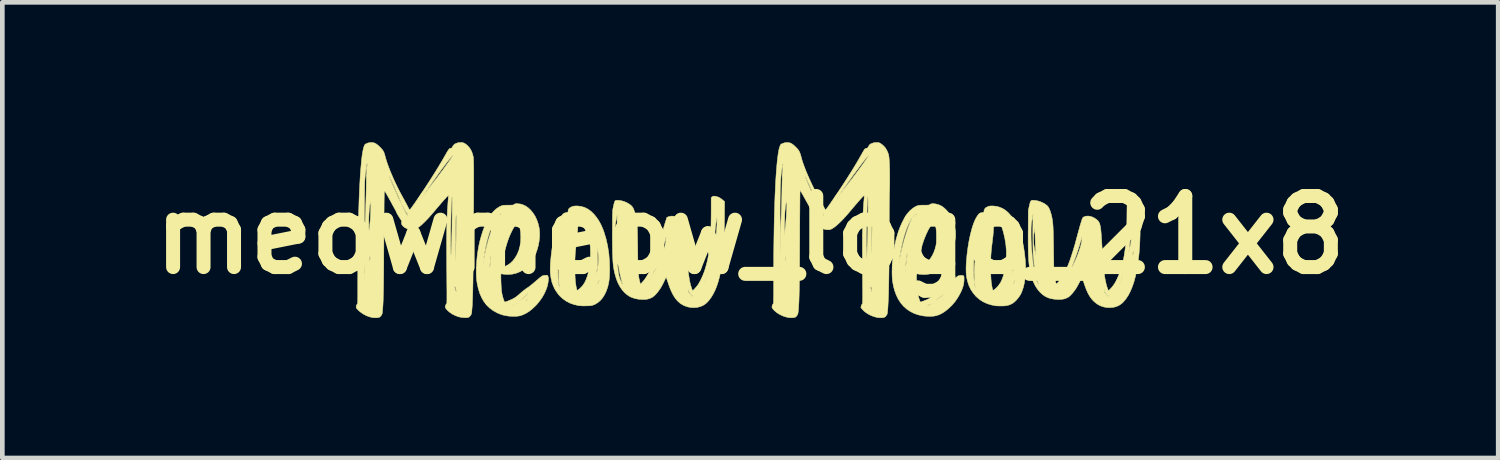
<source format=kicad_pcb>
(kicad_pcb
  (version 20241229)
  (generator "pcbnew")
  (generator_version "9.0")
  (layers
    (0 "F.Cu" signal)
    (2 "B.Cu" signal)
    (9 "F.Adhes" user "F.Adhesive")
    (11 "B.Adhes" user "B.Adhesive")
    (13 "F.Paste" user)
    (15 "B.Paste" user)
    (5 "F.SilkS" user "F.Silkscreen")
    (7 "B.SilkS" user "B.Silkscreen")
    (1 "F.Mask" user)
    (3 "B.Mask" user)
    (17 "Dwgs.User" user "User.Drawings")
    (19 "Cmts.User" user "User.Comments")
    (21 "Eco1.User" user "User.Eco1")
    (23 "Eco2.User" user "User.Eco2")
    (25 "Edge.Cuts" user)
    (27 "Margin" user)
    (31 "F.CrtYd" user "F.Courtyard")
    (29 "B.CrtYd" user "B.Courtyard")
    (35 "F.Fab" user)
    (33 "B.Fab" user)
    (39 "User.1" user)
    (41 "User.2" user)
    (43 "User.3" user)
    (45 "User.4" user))
  (footprint "meowmeow_logo_21x8"
    (layer "F.Cu")
    (at 13.034 1.986)
    (property "Reference" "meowmeow_logo_21x8" (at 0 0 0) (layer "F.SilkS") (effects (font (size 1.524 1.524) (thickness 0.3))))
    (attr through_hole)
    (fp_poly (pts (xy -3.676 -0.618) (xy -3.626 -0.61) (xy -3.577 -0.597) (xy -3.54 -0.584) (xy -3.475 -0.55) (xy -3.413 -0.505) (xy -3.354 -0.448) (xy -3.299 -0.381) (xy -3.247 -0.305) (xy -3.2 -0.219) (xy -3.159 -0.125) (xy -3.137 -0.066) (xy -3.092 0.083) (xy -3.057 0.238) (xy -3.032 0.401) (xy -3.018 0.571) (xy -3.014 0.721) (xy -3.015 0.804) (xy -3.018 0.878) (xy -3.023 0.943) (xy -3.031 1.003) (xy -3.042 1.059) (xy -3.056 1.115) (xy -3.057 1.119) (xy -3.087 1.205) (xy -3.124 1.282) (xy -3.166 1.349) (xy -3.215 1.406) (xy -3.269 1.452) (xy -3.329 1.488) (xy -3.366 1.503) (xy -3.385 1.509) (xy -3.403 1.514) (xy -3.422 1.517) (xy -3.446 1.519) (xy -3.476 1.52) (xy -3.516 1.521) (xy -3.518 1.521) (xy -3.583 1.522) (xy -3.637 1.519) (xy -3.682 1.514) (xy -3.683 1.514) (xy -3.777 1.493) (xy -3.865 1.462) (xy -3.946 1.42) (xy -4.02 1.368) (xy -4.086 1.307) (xy -4.131 1.253) (xy -4.181 1.178) (xy -4.197 1.146) (xy -4.089 1.146) (xy -4.086 1.149) (xy -4.083 1.146) (xy -4.086 1.143) (xy -4.089 1.146) (xy -4.197 1.146) (xy -4.221 1.098) (xy -4.252 1.013) (xy -4.273 0.92) (xy -4.286 0.821) (xy -4.289 0.721) (xy -4.124 0.721) (xy -4.124 0.79) (xy -4.123 0.849) (xy -4.122 0.899) (xy -4.12 0.943) (xy -4.117 0.981) (xy -4.113 1.017) (xy -4.108 1.051) (xy -4.101 1.087) (xy -4.101 1.088) (xy -4.096 1.11) (xy -4.093 1.12) (xy -4.092 1.12) (xy -4.092 1.108) (xy -4.094 1.087) (xy -4.097 1.069) (xy -4.099 1.046) (xy -4.101 1.011) (xy -4.103 0.966) (xy -4.104 0.911) (xy -4.105 0.848) (xy -4.105 0.81) (xy -4.105 0.751) (xy -4.105 0.704) (xy -4.105 0.686) (xy -3.76 0.686) (xy -3.759 0.779) (xy -3.757 0.86) (xy -3.754 0.932) (xy -3.749 0.996) (xy -3.742 1.052) (xy -3.734 1.103) (xy -3.724 1.15) (xy -3.721 1.164) (xy -3.715 1.181) (xy -3.709 1.186) (xy -3.698 1.182) (xy -3.689 1.177) (xy -3.667 1.16) (xy -3.642 1.137) (xy -3.616 1.111) (xy -3.593 1.087) (xy -3.585 1.076) (xy -3.289 1.076) (xy -3.286 1.079) (xy -3.283 1.076) (xy -3.286 1.073) (xy -3.289 1.076) (xy -3.585 1.076) (xy -3.582 1.073) (xy -3.573 1.058) (xy -3.28 1.058) (xy -3.28 1.06) (xy -3.276 1.055) (xy -3.268 1.042) (xy -3.258 1.023) (xy -3.249 1.004) (xy -3.242 0.988) (xy -3.239 0.976) (xy -3.238 0.971) (xy -3.242 0.974) (xy -3.246 0.98) (xy -3.253 0.994) (xy -3.261 1.012) (xy -3.27 1.031) (xy -3.276 1.048) (xy -3.28 1.058) (xy -3.573 1.058) (xy -3.55 1.021) (xy -3.52 0.958) (xy -3.493 0.884) (xy -3.482 0.848) (xy -3.308 0.848) (xy -3.305 0.851) (xy -3.302 0.848) (xy -3.305 0.845) (xy -3.308 0.848) (xy -3.482 0.848) (xy -3.476 0.826) (xy -3.302 0.826) (xy -3.3 0.831) (xy -3.298 0.83) (xy -3.297 0.822) (xy -3.298 0.821) (xy -3.302 0.822) (xy -3.302 0.826) (xy -3.476 0.826) (xy -3.473 0.816) (xy -3.296 0.816) (xy -3.286 0.784) (xy -3.281 0.763) (xy -3.274 0.734) (xy -3.269 0.704) (xy -3.267 0.695) (xy -3.258 0.613) (xy -3.254 0.529) (xy -3.256 0.446) (xy -3.264 0.369) (xy -3.274 0.314) (xy -3.282 0.276) (xy -3.279 0.308) (xy -3.278 0.323) (xy -3.277 0.349) (xy -3.276 0.383) (xy -3.274 0.423) (xy -3.273 0.467) (xy -3.273 0.489) (xy -3.272 0.541) (xy -3.271 0.582) (xy -3.272 0.615) (xy -3.273 0.643) (xy -3.275 0.667) (xy -3.278 0.689) (xy -3.28 0.699) (xy -3.285 0.729) (xy -3.289 0.758) (xy -3.292 0.781) (xy -3.293 0.787) (xy -3.296 0.816) (xy -3.473 0.816) (xy -3.469 0.801) (xy -3.449 0.709) (xy -3.434 0.619) (xy -3.43 0.584) (xy -3.428 0.539) (xy -3.426 0.487) (xy -3.426 0.43) (xy -3.426 0.372) (xy -3.428 0.315) (xy -3.43 0.262) (xy -3.433 0.216) (xy -3.434 0.216) (xy -3.302 0.216) (xy -3.3 0.221) (xy -3.298 0.22) (xy -3.297 0.213) (xy -3.298 0.212) (xy -3.302 0.213) (xy -3.302 0.216) (xy -3.434 0.216) (xy -3.438 0.181) (xy -3.465 0.031) (xy -3.504 -0.115) (xy -3.553 -0.256) (xy -3.594 -0.351) (xy -3.604 -0.373) (xy -3.612 -0.385) (xy -3.618 -0.389) (xy -3.624 -0.388) (xy -3.626 -0.388) (xy -3.639 -0.384) (xy -3.659 -0.381) (xy -3.673 -0.381) (xy -3.692 -0.38) (xy -3.705 -0.379) (xy -3.708 -0.378) (xy -3.706 -0.37) (xy -3.701 -0.356) (xy -3.7 -0.353) (xy -3.696 -0.336) (xy -3.694 -0.308) (xy -3.693 -0.27) (xy -3.695 -0.223) (xy -3.697 -0.168) (xy -3.701 -0.107) (xy -3.706 -0.041) (xy -3.712 0.029) (xy -3.72 0.101) (xy -3.728 0.175) (xy -3.731 0.194) (xy -3.739 0.267) (xy -3.746 0.332) (xy -3.752 0.393) (xy -3.755 0.454) (xy -3.758 0.516) (xy -3.759 0.583) (xy -3.76 0.659) (xy -3.76 0.686) (xy -4.105 0.686) (xy -4.104 0.666) (xy -4.104 0.635) (xy -4.102 0.61) (xy -4.101 0.589) (xy -4.098 0.569) (xy -4.095 0.55) (xy -4.091 0.529) (xy -4.09 0.527) (xy -4.08 0.462) (xy -4.074 0.39) (xy -4.073 0.371) (xy -4.012 0.371) (xy -4.012 0.41) (xy -4.006 0.378) (xy -4.002 0.354) (xy -3.998 0.325) (xy -3.995 0.302) (xy -3.991 0.275) (xy -3.986 0.251) (xy -3.982 0.235) (xy -3.977 0.216) (xy -3.975 0.203) (xy -3.977 0.198) (xy -3.981 0.202) (xy -3.986 0.213) (xy -3.995 0.244) (xy -4.003 0.283) (xy -4.009 0.323) (xy -4.012 0.36) (xy -4.012 0.371) (xy -4.073 0.371) (xy -4.072 0.362) (xy -4.071 0.334) (xy -4.069 0.307) (xy -4.066 0.279) (xy -4.062 0.247) (xy -4.057 0.211) (xy -4.052 0.181) (xy -3.975 0.181) (xy -3.972 0.184) (xy -3.969 0.181) (xy -3.972 0.178) (xy -3.975 0.181) (xy -4.052 0.181) (xy -4.05 0.168) (xy -4.04 0.116) (xy -4.029 0.054) (xy -4.028 0.051) (xy -4.019 -0.000075) (xy -4.01 -0.047) (xy -4.003 -0.089) (xy -3.997 -0.124) (xy -3.993 -0.151) (xy -3.99 -0.168) (xy -3.99 -0.174) (xy -3.992 -0.171) (xy -3.997 -0.158) (xy -4.004 -0.137) (xy -4.013 -0.11) (xy -4.022 -0.079) (xy -4.031 -0.046) (xy -4.039 -0.012) (xy -4.047 0.019) (xy -4.048 0.022) (xy -4.065 0.104) (xy -4.081 0.194) (xy -4.096 0.291) (xy -4.109 0.391) (xy -4.109 0.394) (xy -4.113 0.43) (xy -4.117 0.465) (xy -4.119 0.499) (xy -4.121 0.535) (xy -4.122 0.575) (xy -4.123 0.622) (xy -4.124 0.678) (xy -4.124 0.721) (xy -4.289 0.721) (xy -4.289 0.714) (xy -4.284 0.598) (xy -4.283 0.594) (xy -4.269 0.442) (xy -4.251 0.3) (xy -4.231 0.168) (xy -4.208 0.046) (xy -4.182 -0.065) (xy -4.154 -0.165) (xy -4.146 -0.187) (xy -3.988 -0.187) (xy -3.985 -0.184) (xy -3.981 -0.187) (xy -3.985 -0.191) (xy -3.988 -0.187) (xy -4.146 -0.187) (xy -4.135 -0.219) (xy -3.981 -0.219) (xy -3.978 -0.216) (xy -3.975 -0.219) (xy -3.978 -0.222) (xy -3.981 -0.219) (xy -4.135 -0.219) (xy -4.123 -0.253) (xy -4.09 -0.33) (xy -4.062 -0.382) (xy -4.04 -0.416) (xy -4.021 -0.441) (xy -4.003 -0.458) (xy -3.983 -0.469) (xy -3.959 -0.476) (xy -3.959 -0.476) (xy -3.937 -0.481) (xy -3.92 -0.485) (xy -3.913 -0.486) (xy -3.908 -0.494) (xy -3.905 -0.511) (xy -3.905 -0.516) (xy -3.902 -0.538) (xy -3.892 -0.557) (xy -3.886 -0.564) (xy -3.874 -0.576) (xy -3.866 -0.583) (xy -3.864 -0.584) (xy -3.857 -0.587) (xy -3.843 -0.595) (xy -3.835 -0.6) (xy -3.806 -0.612) (xy -3.769 -0.619) (xy -3.724 -0.621) (xy -3.676 -0.618)) (stroke (width 0.01) (type solid)) (fill yes) (layer "F.SilkS"))
    (fp_poly (pts (xy 5.237 -0.618) (xy 5.287 -0.61) (xy 5.338 -0.597) (xy 5.348 -0.593) (xy 5.409 -0.567) (xy 5.466 -0.532) (xy 5.522 -0.485) (xy 5.537 -0.47) (xy 5.602 -0.397) (xy 5.66 -0.314) (xy 5.712 -0.222) (xy 5.758 -0.119) (xy 5.797 -0.007) (xy 5.831 0.116) (xy 5.858 0.249) (xy 5.88 0.394) (xy 5.896 0.549) (xy 5.899 0.603) (xy 5.904 0.718) (xy 5.901 0.829) (xy 5.891 0.935) (xy 5.875 1.035) (xy 5.853 1.128) (xy 5.824 1.211) (xy 5.801 1.264) (xy 5.772 1.312) (xy 5.737 1.36) (xy 5.698 1.404) (xy 5.657 1.442) (xy 5.616 1.471) (xy 5.6 1.48) (xy 5.559 1.498) (xy 5.517 1.511) (xy 5.472 1.519) (xy 5.42 1.523) (xy 5.376 1.523) (xy 5.342 1.523) (xy 5.311 1.522) (xy 5.286 1.521) (xy 5.27 1.52) (xy 5.267 1.52) (xy 5.169 1.501) (xy 5.078 1.473) (xy 4.995 1.435) (xy 4.919 1.387) (xy 4.851 1.329) (xy 4.835 1.314) (xy 4.777 1.245) (xy 4.728 1.17) (xy 4.72 1.153) (xy 4.826 1.153) (xy 4.829 1.156) (xy 4.832 1.153) (xy 4.829 1.149) (xy 4.826 1.153) (xy 4.72 1.153) (xy 4.704 1.12) (xy 4.82 1.12) (xy 4.821 1.128) (xy 4.823 1.129) (xy 4.825 1.12) (xy 4.824 1.116) (xy 4.821 1.114) (xy 4.82 1.12) (xy 4.704 1.12) (xy 4.689 1.09) (xy 4.659 1.001) (xy 4.638 0.908) (xy 4.631 0.853) (xy 4.627 0.788) (xy 4.627 0.745) (xy 4.789 0.745) (xy 4.789 0.807) (xy 4.79 0.862) (xy 4.792 0.91) (xy 4.794 0.934) (xy 4.798 0.976) (xy 4.802 1.014) (xy 4.806 1.048) (xy 4.81 1.075) (xy 4.814 1.094) (xy 4.817 1.102) (xy 4.818 1.102) (xy 4.818 1.095) (xy 4.818 1.078) (xy 4.816 1.054) (xy 4.814 1.031) (xy 4.805 0.899) (xy 4.802 0.777) (xy 4.807 0.665) (xy 5.154 0.665) (xy 5.154 0.686) (xy 5.154 0.767) (xy 5.156 0.838) (xy 5.158 0.899) (xy 5.161 0.953) (xy 5.165 1.002) (xy 5.171 1.047) (xy 5.178 1.089) (xy 5.182 1.114) (xy 5.189 1.147) (xy 5.195 1.17) (xy 5.2 1.182) (xy 5.206 1.187) (xy 5.215 1.184) (xy 5.228 1.175) (xy 5.236 1.169) (xy 5.264 1.146) (xy 5.295 1.115) (xy 5.325 1.08) (xy 5.332 1.07) (xy 5.626 1.07) (xy 5.629 1.073) (xy 5.632 1.07) (xy 5.629 1.067) (xy 5.626 1.07) (xy 5.332 1.07) (xy 5.34 1.059) (xy 5.632 1.059) (xy 5.635 1.058) (xy 5.641 1.049) (xy 5.65 1.034) (xy 5.659 1.017) (xy 5.667 1.001) (xy 5.667 0.999) (xy 5.675 0.98) (xy 5.677 0.971) (xy 5.674 0.972) (xy 5.667 0.984) (xy 5.657 1.005) (xy 5.655 1.009) (xy 5.644 1.031) (xy 5.637 1.048) (xy 5.633 1.058) (xy 5.632 1.059) (xy 5.34 1.059) (xy 5.35 1.046) (xy 5.363 1.026) (xy 5.393 0.963) (xy 5.42 0.891) (xy 5.434 0.841) (xy 5.607 0.841) (xy 5.61 0.845) (xy 5.613 0.841) (xy 5.61 0.838) (xy 5.607 0.841) (xy 5.434 0.841) (xy 5.44 0.819) (xy 5.613 0.819) (xy 5.616 0.824) (xy 5.618 0.823) (xy 5.618 0.816) (xy 5.618 0.815) (xy 5.614 0.816) (xy 5.613 0.819) (xy 5.44 0.819) (xy 5.443 0.809) (xy 5.447 0.791) (xy 5.622 0.791) (xy 5.624 0.79) (xy 5.628 0.781) (xy 5.632 0.765) (xy 5.637 0.743) (xy 5.642 0.719) (xy 5.647 0.694) (xy 5.651 0.669) (xy 5.652 0.665) (xy 5.656 0.623) (xy 5.658 0.572) (xy 5.658 0.517) (xy 5.657 0.461) (xy 5.654 0.409) (xy 5.649 0.363) (xy 5.648 0.359) (xy 5.644 0.33) (xy 5.639 0.307) (xy 5.636 0.292) (xy 5.634 0.284) (xy 5.632 0.286) (xy 5.633 0.298) (xy 5.635 0.314) (xy 5.636 0.33) (xy 5.638 0.356) (xy 5.639 0.39) (xy 5.641 0.43) (xy 5.642 0.472) (xy 5.643 0.483) (xy 5.644 0.534) (xy 5.644 0.575) (xy 5.643 0.609) (xy 5.642 0.638) (xy 5.639 0.665) (xy 5.636 0.686) (xy 5.631 0.717) (xy 5.627 0.747) (xy 5.624 0.771) (xy 5.623 0.781) (xy 5.622 0.791) (xy 5.447 0.791) (xy 5.462 0.72) (xy 5.477 0.627) (xy 5.487 0.53) (xy 5.49 0.467) (xy 5.49 0.341) (xy 5.484 0.267) (xy 5.626 0.267) (xy 5.628 0.272) (xy 5.63 0.271) (xy 5.631 0.263) (xy 5.63 0.262) (xy 5.627 0.263) (xy 5.626 0.267) (xy 5.484 0.267) (xy 5.48 0.219) (xy 5.613 0.219) (xy 5.617 0.222) (xy 5.62 0.219) (xy 5.617 0.216) (xy 5.613 0.219) (xy 5.48 0.219) (xy 5.479 0.211) (xy 5.458 0.079) (xy 5.428 -0.053) (xy 5.389 -0.181) (xy 5.341 -0.304) (xy 5.327 -0.337) (xy 5.315 -0.362) (xy 5.306 -0.378) (xy 5.3 -0.387) (xy 5.294 -0.389) (xy 5.287 -0.387) (xy 5.285 -0.387) (xy 5.269 -0.383) (xy 5.248 -0.381) (xy 5.238 -0.381) (xy 5.218 -0.38) (xy 5.209 -0.376) (xy 5.209 -0.365) (xy 5.216 -0.347) (xy 5.219 -0.339) (xy 5.22 -0.328) (xy 5.221 -0.312) (xy 5.221 -0.291) (xy 5.221 -0.262) (xy 5.219 -0.224) (xy 5.216 -0.176) (xy 5.216 -0.168) (xy 5.213 -0.116) (xy 5.211 -0.074) (xy 5.209 -0.04) (xy 5.206 -0.009) (xy 5.204 0.02) (xy 5.2 0.05) (xy 5.196 0.085) (xy 5.191 0.126) (xy 5.185 0.177) (xy 5.184 0.181) (xy 5.176 0.251) (xy 5.169 0.313) (xy 5.164 0.369) (xy 5.16 0.422) (xy 5.157 0.475) (xy 5.155 0.531) (xy 5.154 0.594) (xy 5.154 0.665) (xy 4.807 0.665) (xy 4.807 0.663) (xy 4.819 0.557) (xy 4.827 0.511) (xy 4.833 0.47) (xy 4.838 0.422) (xy 4.842 0.373) (xy 4.842 0.364) (xy 4.903 0.364) (xy 4.903 0.381) (xy 4.904 0.388) (xy 4.905 0.386) (xy 4.908 0.374) (xy 4.911 0.349) (xy 4.912 0.339) (xy 4.917 0.307) (xy 4.922 0.276) (xy 4.928 0.25) (xy 4.93 0.241) (xy 4.936 0.218) (xy 4.939 0.202) (xy 4.939 0.195) (xy 4.935 0.198) (xy 4.93 0.209) (xy 4.921 0.236) (xy 4.913 0.271) (xy 4.907 0.309) (xy 4.903 0.345) (xy 4.903 0.364) (xy 4.842 0.364) (xy 4.842 0.352) (xy 4.843 0.326) (xy 4.845 0.301) (xy 4.847 0.274) (xy 4.851 0.245) (xy 4.856 0.211) (xy 4.863 0.171) (xy 4.872 0.123) (xy 4.882 0.065) (xy 4.886 0.045) (xy 4.896 -0.006) (xy 4.904 -0.053) (xy 4.912 -0.094) (xy 4.918 -0.129) (xy 4.922 -0.155) (xy 4.924 -0.171) (xy 4.925 -0.176) (xy 4.921 -0.172) (xy 4.916 -0.158) (xy 4.908 -0.135) (xy 4.9 -0.106) (xy 4.89 -0.073) (xy 4.881 -0.037) (xy 4.872 -0.001) (xy 4.864 0.032) (xy 4.85 0.103) (xy 4.835 0.183) (xy 4.822 0.266) (xy 4.81 0.35) (xy 4.803 0.4) (xy 4.799 0.442) (xy 4.796 0.493) (xy 4.793 0.552) (xy 4.791 0.615) (xy 4.789 0.68) (xy 4.789 0.745) (xy 4.627 0.745) (xy 4.626 0.714) (xy 4.629 0.633) (xy 4.635 0.545) (xy 4.643 0.454) (xy 4.654 0.36) (xy 4.667 0.265) (xy 4.682 0.171) (xy 4.699 0.079) (xy 4.719 -0.009) (xy 4.74 -0.092) (xy 4.747 -0.119) (xy 4.77 -0.194) (xy 4.928 -0.194) (xy 4.931 -0.191) (xy 4.934 -0.194) (xy 4.931 -0.197) (xy 4.928 -0.194) (xy 4.77 -0.194) (xy 4.77 -0.195) (xy 4.793 -0.26) (xy 4.816 -0.315) (xy 4.841 -0.364) (xy 4.867 -0.406) (xy 4.884 -0.43) (xy 4.899 -0.449) (xy 4.912 -0.461) (xy 4.926 -0.469) (xy 4.946 -0.474) (xy 4.969 -0.479) (xy 5.007 -0.486) (xy 5.01 -0.515) (xy 5.015 -0.534) (xy 5.024 -0.553) (xy 5.035 -0.571) (xy 5.045 -0.582) (xy 5.051 -0.584) (xy 5.058 -0.587) (xy 5.072 -0.596) (xy 5.08 -0.601) (xy 5.107 -0.613) (xy 5.144 -0.62) (xy 5.188 -0.621) (xy 5.237 -0.618)) (stroke (width 0.01) (type solid)) (fill yes) (layer "F.SilkS"))
    (fp_poly (pts (xy -4.964 -0.667) (xy -4.935 -0.663) (xy -4.908 -0.658) (xy -4.888 -0.652) (xy -4.885 -0.651) (xy -4.822 -0.623) (xy -4.763 -0.583) (xy -4.708 -0.532) (xy -4.659 -0.473) (xy -4.615 -0.406) (xy -4.579 -0.331) (xy -4.55 -0.251) (xy -4.529 -0.166) (xy -4.522 -0.124) (xy -4.515 -0.04) (xy -4.517 0.05) (xy -4.528 0.143) (xy -4.546 0.236) (xy -4.572 0.328) (xy -4.604 0.416) (xy -4.631 0.472) (xy -4.68 0.556) (xy -4.735 0.63) (xy -4.797 0.693) (xy -4.865 0.747) (xy -4.937 0.789) (xy -5.014 0.82) (xy -5.095 0.84) (xy -5.18 0.848) (xy -5.258 0.845) (xy -5.287 0.842) (xy -5.313 0.838) (xy -5.331 0.836) (xy -5.338 0.834) (xy -5.341 0.833) (xy -5.344 0.836) (xy -5.345 0.843) (xy -5.346 0.856) (xy -5.347 0.876) (xy -5.346 0.905) (xy -5.346 0.944) (xy -5.345 0.985) (xy -5.342 1.063) (xy -5.338 1.131) (xy -5.333 1.19) (xy -5.326 1.243) (xy -5.316 1.292) (xy -5.304 1.338) (xy -5.29 1.383) (xy -5.286 1.395) (xy -5.279 1.413) (xy -5.274 1.426) (xy -5.268 1.434) (xy -5.258 1.437) (xy -5.244 1.435) (xy -5.224 1.428) (xy -5.208 1.422) (xy -4.951 1.422) (xy -4.951 1.422) (xy -4.945 1.418) (xy -4.943 1.416) (xy -4.819 1.416) (xy -4.813 1.412) (xy -4.802 1.401) (xy -4.794 1.394) (xy -4.782 1.381) (xy -4.776 1.373) (xy -4.776 1.372) (xy -4.782 1.376) (xy -4.793 1.386) (xy -4.801 1.394) (xy -4.812 1.407) (xy -4.819 1.415) (xy -4.819 1.416) (xy -4.943 1.416) (xy -4.942 1.41) (xy -4.943 1.41) (xy -4.949 1.414) (xy -4.95 1.416) (xy -4.951 1.422) (xy -5.208 1.422) (xy -5.195 1.417) (xy -5.172 1.407) (xy -4.934 1.407) (xy -4.93 1.406) (xy -4.918 1.398) (xy -4.9 1.384) (xy -4.877 1.365) (xy -4.852 1.342) (xy -4.825 1.318) (xy -4.799 1.293) (xy -4.788 1.283) (xy -4.768 1.263) (xy -4.755 1.249) (xy -4.749 1.243) (xy -4.751 1.245) (xy -4.759 1.251) (xy -4.779 1.269) (xy -4.805 1.293) (xy -4.834 1.318) (xy -4.863 1.344) (xy -4.866 1.346) (xy -4.89 1.367) (xy -4.911 1.385) (xy -4.926 1.399) (xy -4.933 1.406) (xy -4.934 1.407) (xy -5.172 1.407) (xy -5.159 1.402) (xy -5.103 1.377) (xy -5.054 1.351) (xy -5.009 1.32) (xy -4.963 1.282) (xy -4.95 1.27) (xy -4.921 1.244) (xy -4.89 1.218) (xy -4.858 1.193) (xy -4.829 1.17) (xy -4.804 1.151) (xy -4.786 1.139) (xy -4.782 1.137) (xy -4.765 1.126) (xy -4.74 1.108) (xy -4.708 1.083) (xy -4.67 1.052) (xy -4.627 1.016) (xy -4.581 0.976) (xy -4.572 0.969) (xy -4.542 0.943) (xy -4.514 0.919) (xy -4.489 0.9) (xy -4.47 0.886) (xy -4.458 0.878) (xy -4.441 0.873) (xy -4.416 0.868) (xy -4.394 0.865) (xy -4.371 0.864) (xy -4.357 0.864) (xy -4.349 0.868) (xy -4.343 0.875) (xy -4.342 0.877) (xy -4.332 0.898) (xy -4.328 0.925) (xy -4.327 0.96) (xy -4.331 0.995) (xy -4.342 1.062) (xy -4.36 1.129) (xy -4.387 1.198) (xy -4.41 1.248) (xy -4.457 1.333) (xy -4.51 1.41) (xy -4.57 1.484) (xy -4.6 1.516) (xy -4.669 1.582) (xy -4.739 1.638) (xy -4.81 1.682) (xy -4.88 1.715) (xy -4.937 1.734) (xy -4.975 1.74) (xy -5.022 1.745) (xy -5.074 1.746) (xy -5.129 1.744) (xy -5.182 1.74) (xy -5.21 1.736) (xy -5.277 1.724) (xy -5.337 1.707) (xy -5.396 1.684) (xy -5.432 1.668) (xy -5.515 1.621) (xy -5.589 1.566) (xy -5.64 1.516) (xy -5.122 1.516) (xy -5.118 1.517) (xy -5.105 1.514) (xy -5.099 1.511) (xy -5.094 1.507) (xy -5.099 1.506) (xy -5.111 1.509) (xy -5.115 1.511) (xy -5.122 1.516) (xy -5.64 1.516) (xy -5.654 1.502) (xy -5.654 1.502) (xy -5.086 1.502) (xy -5.083 1.505) (xy -5.08 1.502) (xy -5.083 1.499) (xy -5.086 1.502) (xy -5.654 1.502) (xy -5.659 1.495) (xy -5.074 1.495) (xy -5.07 1.499) (xy -5.067 1.495) (xy -5.07 1.492) (xy -5.074 1.495) (xy -5.659 1.495) (xy -5.664 1.489) (xy -5.061 1.489) (xy -5.058 1.492) (xy -5.055 1.489) (xy -5.058 1.486) (xy -5.061 1.489) (xy -5.664 1.489) (xy -5.669 1.483) (xy -5.048 1.483) (xy -5.045 1.486) (xy -5.042 1.483) (xy -5.045 1.48) (xy -5.048 1.483) (xy -5.669 1.483) (xy -5.679 1.47) (xy -5.029 1.47) (xy -5.026 1.473) (xy -5.023 1.47) (xy -5.026 1.467) (xy -5.029 1.47) (xy -5.679 1.47) (xy -5.683 1.464) (xy -5.016 1.464) (xy -5.013 1.467) (xy -5.01 1.464) (xy -5.013 1.46) (xy -5.016 1.464) (xy -5.683 1.464) (xy -5.693 1.451) (xy -4.997 1.451) (xy -4.994 1.454) (xy -4.991 1.451) (xy -4.994 1.448) (xy -4.997 1.451) (xy -5.693 1.451) (xy -5.711 1.428) (xy -5.759 1.345) (xy -5.799 1.253) (xy -5.831 1.151) (xy -5.855 1.04) (xy -5.865 0.976) (xy -5.871 0.91) (xy -5.874 0.834) (xy -5.874 0.75) (xy -5.872 0.708) (xy -5.587 0.708) (xy -5.586 0.708) (xy -5.584 0.696) (xy -5.583 0.689) (xy -5.334 0.689) (xy -5.329 0.693) (xy -5.314 0.692) (xy -5.293 0.686) (xy -5.267 0.678) (xy -5.251 0.671) (xy -5.191 0.64) (xy -5.138 0.602) (xy -5.09 0.555) (xy -5.046 0.498) (xy -5.041 0.491) (xy -4.997 0.415) (xy -4.97 0.352) (xy -4.826 0.352) (xy -4.823 0.356) (xy -4.82 0.352) (xy -4.823 0.349) (xy -4.826 0.352) (xy -4.97 0.352) (xy -4.962 0.333) (xy -4.82 0.333) (xy -4.816 0.337) (xy -4.813 0.333) (xy -4.816 0.33) (xy -4.82 0.333) (xy -4.962 0.333) (xy -4.962 0.333) (xy -4.951 0.295) (xy -4.704 0.295) (xy -4.701 0.292) (xy -4.695 0.28) (xy -4.694 0.279) (xy -4.688 0.26) (xy -4.684 0.235) (xy -4.682 0.222) (xy -4.681 0.206) (xy -4.681 0.198) (xy -4.683 0.201) (xy -4.687 0.215) (xy -4.692 0.238) (xy -4.699 0.269) (xy -4.703 0.287) (xy -4.704 0.295) (xy -4.951 0.295) (xy -4.947 0.279) (xy -4.807 0.279) (xy -4.805 0.285) (xy -4.803 0.284) (xy -4.802 0.276) (xy -4.803 0.275) (xy -4.806 0.276) (xy -4.807 0.279) (xy -4.947 0.279) (xy -4.941 0.257) (xy -4.799 0.257) (xy -4.799 0.264) (xy -4.796 0.259) (xy -4.794 0.254) (xy -4.79 0.237) (xy -4.789 0.225) (xy -4.79 0.219) (xy -4.792 0.223) (xy -4.794 0.229) (xy -4.798 0.246) (xy -4.799 0.257) (xy -4.941 0.257) (xy -4.938 0.246) (xy -4.933 0.213) (xy -4.786 0.213) (xy -4.777 0.162) (xy -4.772 0.127) (xy -4.768 0.082) (xy -4.767 0.029) (xy -4.767 0.01) (xy -4.767 -0.026) (xy -4.768 -0.058) (xy -4.769 -0.084) (xy -4.771 -0.101) (xy -4.772 -0.106) (xy -4.775 -0.106) (xy -4.777 -0.094) (xy -4.778 -0.07) (xy -4.778 -0.033) (xy -4.778 -0.014) (xy -4.779 0.027) (xy -4.779 0.07) (xy -4.78 0.109) (xy -4.782 0.141) (xy -4.782 0.152) (xy -4.786 0.213) (xy -4.933 0.213) (xy -4.923 0.152) (xy -4.919 0.051) (xy -4.924 -0.057) (xy -4.94 -0.172) (xy -4.94 -0.175) (xy -4.946 -0.212) (xy -4.952 -0.245) (xy -4.958 -0.272) (xy -4.961 -0.29) (xy -4.964 -0.298) (xy -4.964 -0.298) (xy -4.97 -0.296) (xy -4.982 -0.284) (xy -4.999 -0.263) (xy -5.019 -0.235) (xy -5.043 -0.2) (xy -5.043 -0.2) (xy -5.091 -0.122) (xy -5.135 -0.034) (xy -5.176 0.063) (xy -5.213 0.17) (xy -5.248 0.287) (xy -5.28 0.416) (xy -5.309 0.557) (xy -5.312 0.57) (xy -5.319 0.607) (xy -5.325 0.639) (xy -5.33 0.665) (xy -5.333 0.682) (xy -5.334 0.689) (xy -5.583 0.689) (xy -5.581 0.675) (xy -5.576 0.646) (xy -5.572 0.61) (xy -5.569 0.591) (xy -5.563 0.547) (xy -5.558 0.505) (xy -5.553 0.467) (xy -5.548 0.435) (xy -5.545 0.413) (xy -5.545 0.41) (xy -5.541 0.384) (xy -5.54 0.369) (xy -5.541 0.364) (xy -5.544 0.37) (xy -5.549 0.385) (xy -5.552 0.399) (xy -5.556 0.424) (xy -5.56 0.456) (xy -5.565 0.493) (xy -5.57 0.533) (xy -5.575 0.575) (xy -5.579 0.614) (xy -5.583 0.65) (xy -5.586 0.679) (xy -5.587 0.7) (xy -5.587 0.708) (xy -5.872 0.708) (xy -5.87 0.66) (xy -5.866 0.6) (xy -5.727 0.6) (xy -5.726 0.608) (xy -5.724 0.608) (xy -5.722 0.599) (xy -5.723 0.596) (xy -5.726 0.593) (xy -5.727 0.6) (xy -5.866 0.6) (xy -5.864 0.567) (xy -5.863 0.549) (xy -5.72 0.549) (xy -5.719 0.56) (xy -5.717 0.561) (xy -5.717 0.561) (xy -5.716 0.548) (xy -5.717 0.541) (xy -5.719 0.539) (xy -5.72 0.547) (xy -5.72 0.549) (xy -5.863 0.549) (xy -5.859 0.51) (xy -5.714 0.51) (xy -5.713 0.513) (xy -5.71 0.504) (xy -5.705 0.482) (xy -5.697 0.448) (xy -5.69 0.413) (xy -5.68 0.366) (xy -5.668 0.314) (xy -5.656 0.262) (xy -5.645 0.215) (xy -5.639 0.194) (xy -5.621 0.127) (xy -5.493 0.127) (xy -5.49 0.132) (xy -5.489 0.131) (xy -5.488 0.124) (xy -5.489 0.123) (xy -5.492 0.124) (xy -5.493 0.127) (xy -5.621 0.127) (xy -5.618 0.118) (xy -5.612 0.098) (xy -5.485 0.098) (xy -5.485 0.102) (xy -5.481 0.095) (xy -5.475 0.077) (xy -5.473 0.07) (xy -5.466 0.046) (xy -5.456 0.015) (xy -5.446 -0.019) (xy -5.439 -0.042) (xy -5.425 -0.083) (xy -5.411 -0.115) (xy -5.398 -0.136) (xy -5.385 -0.153) (xy -5.379 -0.163) (xy -5.381 -0.163) (xy -5.391 -0.155) (xy -5.398 -0.146) (xy -5.423 -0.11) (xy -5.445 -0.063) (xy -5.464 -0.005) (xy -5.471 0.023) (xy -5.478 0.057) (xy -5.483 0.082) (xy -5.485 0.098) (xy -5.612 0.098) (xy -5.596 0.042) (xy -5.573 -0.031) (xy -5.55 -0.102) (xy -5.527 -0.168) (xy -5.504 -0.228) (xy -5.482 -0.281) (xy -5.463 -0.324) (xy -5.445 -0.358) (xy -5.44 -0.365) (xy -5.428 -0.384) (xy -5.442 -0.369) (xy -5.452 -0.355) (xy -5.465 -0.335) (xy -5.479 -0.312) (xy -5.48 -0.311) (xy -5.512 -0.249) (xy -5.545 -0.175) (xy -5.576 -0.092) (xy -5.606 -0.000481) (xy -5.634 0.097) (xy -5.659 0.199) (xy -5.681 0.304) (xy -5.7 0.411) (xy -5.703 0.425) (xy -5.709 0.466) (xy -5.712 0.494) (xy -5.714 0.51) (xy -5.859 0.51) (xy -5.856 0.473) (xy -5.844 0.379) (xy -5.838 0.34) (xy -5.819 0.23) (xy -5.794 0.121) (xy -5.764 0.014) (xy -5.731 -0.089) (xy -5.695 -0.186) (xy -5.655 -0.275) (xy -5.614 -0.355) (xy -5.581 -0.41) (xy -5.567 -0.429) (xy -5.383 -0.429) (xy -5.381 -0.428) (xy -5.369 -0.432) (xy -5.366 -0.434) (xy -5.351 -0.441) (xy -5.342 -0.449) (xy -5.342 -0.45) (xy -5.343 -0.454) (xy -5.353 -0.451) (xy -5.369 -0.44) (xy -5.375 -0.435) (xy -5.383 -0.429) (xy -5.567 -0.429) (xy -5.538 -0.468) (xy -5.489 -0.52) (xy -5.437 -0.565) (xy -5.383 -0.601) (xy -5.337 -0.623) (xy -5.322 -0.628) (xy -5.307 -0.632) (xy -5.291 -0.635) (xy -5.27 -0.636) (xy -5.242 -0.637) (xy -5.205 -0.638) (xy -5.188 -0.638) (xy -5.147 -0.638) (xy -5.117 -0.639) (xy -5.096 -0.64) (xy -5.083 -0.642) (xy -5.074 -0.644) (xy -5.069 -0.648) (xy -5.069 -0.649) (xy -5.053 -0.662) (xy -5.029 -0.669) (xy -4.995 -0.67) (xy -4.964 -0.667)) (stroke (width 0.01) (type solid)) (fill yes) (layer "F.SilkS"))
    (fp_poly (pts (xy 3.961 -0.666) (xy 4.002 -0.658) (xy 4.044 -0.645) (xy 4.085 -0.627) (xy 4.107 -0.614) (xy 4.135 -0.595) (xy 4.167 -0.568) (xy 4.2 -0.537) (xy 4.23 -0.504) (xy 4.256 -0.473) (xy 4.265 -0.46) (xy 4.315 -0.375) (xy 4.354 -0.284) (xy 4.38 -0.189) (xy 4.395 -0.09) (xy 4.398 0.011) (xy 4.395 0.067) (xy 4.38 0.177) (xy 4.356 0.281) (xy 4.324 0.377) (xy 4.285 0.467) (xy 4.239 0.548) (xy 4.186 0.621) (xy 4.126 0.684) (xy 4.061 0.739) (xy 3.99 0.783) (xy 3.914 0.816) (xy 3.833 0.838) (xy 3.769 0.847) (xy 3.744 0.848) (xy 3.714 0.848) (xy 3.68 0.847) (xy 3.646 0.844) (xy 3.615 0.841) (xy 3.591 0.837) (xy 3.578 0.834) (xy 3.572 0.836) (xy 3.568 0.848) (xy 3.565 0.869) (xy 3.564 0.902) (xy 3.564 0.946) (xy 3.567 1.002) (xy 3.568 1.025) (xy 3.573 1.102) (xy 3.579 1.169) (xy 3.586 1.227) (xy 3.595 1.278) (xy 3.606 1.325) (xy 3.62 1.37) (xy 3.632 1.405) (xy 3.637 1.42) (xy 3.642 1.43) (xy 3.647 1.436) (xy 3.656 1.437) (xy 3.67 1.434) (xy 3.676 1.432) (xy 3.943 1.432) (xy 3.947 1.435) (xy 3.95 1.432) (xy 3.947 1.429) (xy 3.943 1.432) (xy 3.676 1.432) (xy 3.69 1.427) (xy 3.719 1.416) (xy 3.719 1.416) (xy 3.97 1.416) (xy 3.971 1.416) (xy 3.977 1.412) (xy 3.978 1.41) (xy 3.98 1.404) (xy 3.979 1.403) (xy 3.973 1.408) (xy 3.972 1.41) (xy 3.97 1.416) (xy 3.719 1.416) (xy 3.746 1.405) (xy 3.761 1.399) (xy 3.99 1.399) (xy 3.992 1.399) (xy 4.001 1.393) (xy 4.11 1.393) (xy 4.11 1.397) (xy 4.111 1.397) (xy 4.116 1.393) (xy 4.122 1.386) (xy 4.127 1.378) (xy 4.124 1.38) (xy 4.12 1.383) (xy 4.11 1.393) (xy 4.001 1.393) (xy 4.002 1.393) (xy 4.017 1.381) (xy 4.037 1.365) (xy 4.059 1.347) (xy 4.07 1.337) (xy 4.084 1.324) (xy 4.104 1.305) (xy 4.126 1.283) (xy 4.137 1.273) (xy 4.152 1.258) (xy 4.16 1.249) (xy 4.16 1.248) (xy 4.153 1.255) (xy 4.137 1.269) (xy 4.114 1.289) (xy 4.088 1.312) (xy 4.06 1.335) (xy 4.06 1.336) (xy 4.035 1.357) (xy 4.014 1.375) (xy 3.999 1.39) (xy 3.991 1.398) (xy 3.99 1.399) (xy 3.761 1.399) (xy 3.791 1.386) (xy 3.829 1.368) (xy 3.862 1.349) (xy 3.894 1.327) (xy 3.929 1.299) (xy 3.959 1.273) (xy 3.99 1.247) (xy 4.021 1.221) (xy 4.052 1.197) (xy 4.076 1.178) (xy 4.078 1.176) (xy 4.105 1.157) (xy 4.137 1.133) (xy 4.17 1.109) (xy 4.19 1.094) (xy 4.215 1.075) (xy 4.247 1.049) (xy 4.283 1.02) (xy 4.319 0.989) (xy 4.343 0.968) (xy 4.374 0.942) (xy 4.402 0.919) (xy 4.427 0.899) (xy 4.446 0.885) (xy 4.458 0.878) (xy 4.476 0.873) (xy 4.501 0.869) (xy 4.524 0.868) (xy 4.547 0.868) (xy 4.564 0.871) (xy 4.574 0.878) (xy 4.581 0.892) (xy 4.583 0.913) (xy 4.583 0.945) (xy 4.583 0.972) (xy 4.578 1.026) (xy 4.569 1.078) (xy 4.553 1.131) (xy 4.531 1.188) (xy 4.512 1.23) (xy 4.457 1.331) (xy 4.394 1.425) (xy 4.323 1.509) (xy 4.244 1.584) (xy 4.167 1.644) (xy 4.108 1.681) (xy 4.053 1.709) (xy 3.999 1.728) (xy 3.943 1.74) (xy 3.881 1.745) (xy 3.845 1.746) (xy 3.808 1.745) (xy 3.768 1.742) (xy 3.731 1.739) (xy 3.706 1.736) (xy 3.607 1.715) (xy 3.515 1.684) (xy 3.431 1.642) (xy 3.354 1.59) (xy 3.286 1.529) (xy 3.275 1.516) (xy 3.792 1.516) (xy 3.796 1.517) (xy 3.805 1.515) (xy 3.822 1.508) (xy 3.842 1.499) (xy 3.861 1.488) (xy 3.875 1.48) (xy 3.88 1.476) (xy 3.875 1.477) (xy 3.861 1.483) (xy 3.843 1.491) (xy 3.823 1.501) (xy 3.806 1.509) (xy 3.797 1.513) (xy 3.792 1.516) (xy 3.275 1.516) (xy 3.235 1.47) (xy 3.886 1.47) (xy 3.889 1.473) (xy 3.893 1.47) (xy 3.889 1.467) (xy 3.886 1.47) (xy 3.235 1.47) (xy 3.225 1.458) (xy 3.173 1.378) (xy 3.129 1.288) (xy 3.093 1.189) (xy 3.071 1.104) (xy 3.06 1.048) (xy 3.051 0.997) (xy 3.045 0.946) (xy 3.041 0.893) (xy 3.04 0.834) (xy 3.039 0.781) (xy 3.04 0.765) (xy 3.323 0.765) (xy 3.323 0.78) (xy 3.324 0.786) (xy 3.326 0.783) (xy 3.327 0.765) (xy 3.326 0.751) (xy 3.324 0.747) (xy 3.323 0.753) (xy 3.323 0.765) (xy 3.04 0.765) (xy 3.042 0.694) (xy 3.58 0.694) (xy 3.606 0.69) (xy 3.624 0.686) (xy 3.648 0.677) (xy 3.676 0.665) (xy 3.687 0.66) (xy 3.748 0.623) (xy 3.804 0.575) (xy 3.854 0.517) (xy 3.898 0.449) (xy 3.935 0.374) (xy 3.945 0.346) (xy 4.089 0.346) (xy 4.093 0.349) (xy 4.096 0.346) (xy 4.093 0.343) (xy 4.089 0.346) (xy 3.945 0.346) (xy 3.95 0.333) (xy 4.096 0.333) (xy 4.099 0.337) (xy 4.102 0.333) (xy 4.099 0.33) (xy 4.096 0.333) (xy 3.95 0.333) (xy 3.959 0.308) (xy 4.204 0.308) (xy 4.207 0.311) (xy 4.21 0.308) (xy 4.207 0.305) (xy 4.204 0.308) (xy 3.959 0.308) (xy 3.965 0.292) (xy 3.965 0.29) (xy 4.21 0.29) (xy 4.211 0.292) (xy 4.216 0.286) (xy 4.222 0.272) (xy 4.226 0.261) (xy 4.232 0.237) (xy 4.234 0.214) (xy 4.234 0.205) (xy 4.233 0.193) (xy 4.231 0.191) (xy 4.229 0.199) (xy 4.225 0.218) (xy 4.224 0.222) (xy 4.22 0.246) (xy 4.215 0.266) (xy 4.212 0.278) (xy 4.21 0.29) (xy 3.965 0.29) (xy 3.969 0.273) (xy 4.108 0.273) (xy 4.111 0.278) (xy 4.113 0.277) (xy 4.113 0.27) (xy 4.113 0.269) (xy 4.109 0.27) (xy 4.108 0.273) (xy 3.969 0.273) (xy 3.975 0.251) (xy 4.116 0.251) (xy 4.117 0.258) (xy 4.119 0.253) (xy 4.121 0.248) (xy 4.125 0.23) (xy 4.126 0.219) (xy 4.126 0.212) (xy 4.123 0.217) (xy 4.121 0.222) (xy 4.117 0.24) (xy 4.116 0.251) (xy 3.975 0.251) (xy 3.979 0.235) (xy 3.983 0.213) (xy 3.984 0.206) (xy 4.128 0.206) (xy 4.141 0.13) (xy 4.148 0.081) (xy 4.151 0.037) (xy 4.15 -0.007) (xy 4.15 -0.013) (xy 4.148 -0.052) (xy 4.145 -0.08) (xy 4.143 -0.096) (xy 4.141 -0.101) (xy 4.139 -0.093) (xy 4.138 -0.074) (xy 4.137 -0.042) (xy 4.137 -0.031) (xy 4.137 0.011) (xy 4.136 0.055) (xy 4.134 0.098) (xy 4.133 0.133) (xy 4.128 0.206) (xy 3.984 0.206) (xy 3.987 0.189) (xy 3.989 0.162) (xy 3.99 0.13) (xy 3.991 0.088) (xy 3.991 0.044) (xy 3.991 -0.004) (xy 3.99 -0.042) (xy 3.989 -0.074) (xy 3.986 -0.102) (xy 3.983 -0.13) (xy 3.978 -0.16) (xy 3.973 -0.187) (xy 3.967 -0.221) (xy 3.961 -0.252) (xy 3.956 -0.276) (xy 3.953 -0.291) (xy 3.952 -0.294) (xy 3.949 -0.298) (xy 3.942 -0.294) (xy 3.931 -0.282) (xy 3.915 -0.262) (xy 3.863 -0.188) (xy 3.813 -0.103) (xy 3.768 -0.007) (xy 3.725 0.098) (xy 3.687 0.212) (xy 3.655 0.328) (xy 3.646 0.365) (xy 3.636 0.41) (xy 3.625 0.46) (xy 3.614 0.511) (xy 3.604 0.562) (xy 3.595 0.607) (xy 3.588 0.646) (xy 3.584 0.666) (xy 3.58 0.694) (xy 3.042 0.694) (xy 3.042 0.689) (xy 3.328 0.689) (xy 3.329 0.69) (xy 3.331 0.681) (xy 3.335 0.661) (xy 3.339 0.633) (xy 3.344 0.598) (xy 3.347 0.578) (xy 3.352 0.535) (xy 3.357 0.495) (xy 3.362 0.459) (xy 3.366 0.43) (xy 3.369 0.41) (xy 3.369 0.407) (xy 3.371 0.387) (xy 3.37 0.378) (xy 3.366 0.377) (xy 3.361 0.386) (xy 3.359 0.402) (xy 3.359 0.402) (xy 3.358 0.415) (xy 3.356 0.437) (xy 3.352 0.468) (xy 3.348 0.504) (xy 3.343 0.543) (xy 3.338 0.583) (xy 3.334 0.619) (xy 3.331 0.651) (xy 3.329 0.675) (xy 3.328 0.689) (xy 3.042 0.689) (xy 3.043 0.645) (xy 3.181 0.645) (xy 3.185 0.648) (xy 3.188 0.645) (xy 3.185 0.641) (xy 3.181 0.645) (xy 3.043 0.645) (xy 3.043 0.642) (xy 3.048 0.587) (xy 3.188 0.587) (xy 3.189 0.595) (xy 3.192 0.595) (xy 3.193 0.587) (xy 3.192 0.583) (xy 3.189 0.581) (xy 3.188 0.587) (xy 3.048 0.587) (xy 3.052 0.54) (xy 3.196 0.54) (xy 3.196 0.551) (xy 3.198 0.553) (xy 3.198 0.551) (xy 3.199 0.535) (xy 3.198 0.529) (xy 3.197 0.527) (xy 3.196 0.535) (xy 3.196 0.54) (xy 3.052 0.54) (xy 3.055 0.502) (xy 3.202 0.502) (xy 3.203 0.5) (xy 3.207 0.486) (xy 3.213 0.46) (xy 3.22 0.429) (xy 3.228 0.391) (xy 3.234 0.365) (xy 3.372 0.365) (xy 3.375 0.368) (xy 3.378 0.365) (xy 3.375 0.362) (xy 3.372 0.365) (xy 3.234 0.365) (xy 3.238 0.346) (xy 3.249 0.297) (xy 3.261 0.25) (xy 3.267 0.225) (xy 3.288 0.146) (xy 3.295 0.121) (xy 3.423 0.121) (xy 3.425 0.126) (xy 3.427 0.125) (xy 3.428 0.117) (xy 3.427 0.116) (xy 3.423 0.117) (xy 3.423 0.121) (xy 3.295 0.121) (xy 3.302 0.095) (xy 3.431 0.095) (xy 3.432 0.094) (xy 3.435 0.086) (xy 3.44 0.071) (xy 3.447 0.049) (xy 3.457 0.017) (xy 3.47 -0.026) (xy 3.477 -0.048) (xy 3.492 -0.093) (xy 3.508 -0.126) (xy 3.519 -0.143) (xy 3.529 -0.156) (xy 3.531 -0.16) (xy 3.524 -0.154) (xy 3.503 -0.13) (xy 3.483 -0.095) (xy 3.465 -0.053) (xy 3.45 -0.006) (xy 3.438 0.043) (xy 3.433 0.076) (xy 3.432 0.085) (xy 3.431 0.092) (xy 3.431 0.095) (xy 3.302 0.095) (xy 3.311 0.065) (xy 3.335 -0.014) (xy 3.36 -0.09) (xy 3.385 -0.162) (xy 3.409 -0.226) (xy 3.432 -0.282) (xy 3.448 -0.316) (xy 3.46 -0.341) (xy 3.466 -0.356) (xy 3.466 -0.36) (xy 3.461 -0.356) (xy 3.452 -0.343) (xy 3.439 -0.321) (xy 3.424 -0.293) (xy 3.389 -0.221) (xy 3.355 -0.138) (xy 3.323 -0.047) (xy 3.293 0.052) (xy 3.265 0.157) (xy 3.241 0.265) (xy 3.22 0.374) (xy 3.216 0.393) (xy 3.209 0.437) (xy 3.205 0.47) (xy 3.202 0.492) (xy 3.202 0.502) (xy 3.055 0.502) (xy 3.055 0.501) (xy 3.073 0.359) (xy 3.098 0.219) (xy 3.129 0.084) (xy 3.166 -0.043) (xy 3.194 -0.124) (xy 3.214 -0.174) (xy 3.238 -0.228) (xy 3.263 -0.282) (xy 3.289 -0.333) (xy 3.314 -0.379) (xy 3.32 -0.389) (xy 3.487 -0.389) (xy 3.488 -0.387) (xy 3.488 -0.387) (xy 3.493 -0.392) (xy 3.504 -0.402) (xy 3.509 -0.408) (xy 3.525 -0.426) (xy 3.527 -0.426) (xy 3.548 -0.433) (xy 3.562 -0.439) (xy 3.569 -0.445) (xy 3.569 -0.445) (xy 3.565 -0.451) (xy 3.554 -0.447) (xy 3.542 -0.438) (xy 3.527 -0.426) (xy 3.525 -0.426) (xy 3.527 -0.429) (xy 3.507 -0.41) (xy 3.492 -0.396) (xy 3.487 -0.389) (xy 3.32 -0.389) (xy 3.336 -0.415) (xy 3.337 -0.416) (xy 3.377 -0.469) (xy 3.422 -0.518) (xy 3.47 -0.56) (xy 3.519 -0.595) (xy 3.568 -0.62) (xy 3.585 -0.626) (xy 3.602 -0.631) (xy 3.62 -0.634) (xy 3.641 -0.636) (xy 3.669 -0.638) (xy 3.706 -0.638) (xy 3.731 -0.638) (xy 3.771 -0.638) (xy 3.8 -0.639) (xy 3.82 -0.64) (xy 3.834 -0.642) (xy 3.842 -0.645) (xy 3.846 -0.648) (xy 3.847 -0.649) (xy 3.864 -0.661) (xy 3.89 -0.668) (xy 3.923 -0.67) (xy 3.961 -0.666)) (stroke (width 0.01) (type solid)) (fill yes) (layer "F.SilkS"))
    (fp_poly (pts (xy -0.76 -0.83) (xy -0.727 -0.824) (xy -0.72 -0.822) (xy -0.687 -0.811) (xy -0.654 -0.795) (xy -0.62 -0.772) (xy -0.59 -0.748) (xy -0.551 -0.716) (xy -0.554 -0.296) (xy -0.555 -0.221) (xy -0.556 -0.147) (xy -0.557 -0.076) (xy -0.558 -0.009) (xy -0.559 0.052) (xy -0.561 0.107) (xy -0.562 0.153) (xy -0.563 0.19) (xy -0.564 0.215) (xy -0.565 0.219) (xy -0.578 0.378) (xy -0.594 0.524) (xy -0.612 0.66) (xy -0.634 0.784) (xy -0.659 0.899) (xy -0.687 1.003) (xy -0.719 1.099) (xy -0.754 1.186) (xy -0.793 1.264) (xy -0.836 1.336) (xy -0.883 1.4) (xy -0.9 1.42) (xy -0.951 1.471) (xy -1.009 1.51) (xy -1.072 1.537) (xy -1.14 1.554) (xy -1.214 1.559) (xy -1.274 1.556) (xy -1.35 1.541) (xy -1.421 1.515) (xy -1.486 1.478) (xy -1.505 1.464) (xy -1.55 1.425) (xy -1.59 1.381) (xy -1.628 1.329) (xy -1.663 1.269) (xy -1.696 1.2) (xy -1.704 1.182) (xy -1.326 1.182) (xy -1.325 1.205) (xy -1.322 1.225) (xy -1.32 1.23) (xy -1.312 1.245) (xy -1.297 1.263) (xy -1.28 1.282) (xy -1.262 1.299) (xy -1.246 1.31) (xy -1.235 1.314) (xy -1.229 1.313) (xy -1.233 1.309) (xy -1.243 1.303) (xy -1.262 1.289) (xy -1.282 1.267) (xy -1.3 1.244) (xy -1.309 1.226) (xy -1.314 1.209) (xy -1.319 1.188) (xy -1.321 1.181) (xy -1.326 1.153) (xy -1.326 1.182) (xy -1.704 1.182) (xy -1.729 1.121) (xy -1.76 1.031) (xy -1.772 0.994) (xy -1.784 0.961) (xy -1.793 0.935) (xy -1.8 0.917) (xy -1.803 0.909) (xy -1.804 0.908) (xy -1.808 0.914) (xy -1.815 0.928) (xy -1.826 0.95) (xy -1.838 0.977) (xy -1.839 0.979) (xy -1.873 1.049) (xy -1.909 1.116) (xy -1.948 1.177) (xy -1.989 1.231) (xy -2.029 1.277) (xy -2.068 1.314) (xy -2.106 1.34) (xy -2.116 1.345) (xy -2.157 1.363) (xy -2.193 1.374) (xy -2.23 1.381) (xy -2.271 1.384) (xy -2.296 1.384) (xy -2.384 1.38) (xy -2.464 1.366) (xy -2.536 1.343) (xy -2.601 1.311) (xy -2.66 1.268) (xy -2.693 1.238) (xy -2.746 1.179) (xy -2.791 1.114) (xy -2.83 1.043) (xy -2.864 0.963) (xy -2.892 0.873) (xy -2.905 0.822) (xy -2.914 0.785) (xy -2.921 0.749) (xy -2.928 0.712) (xy -2.934 0.674) (xy -2.939 0.633) (xy -2.943 0.588) (xy -2.946 0.539) (xy -2.949 0.485) (xy -2.951 0.424) (xy -2.953 0.356) (xy -2.954 0.279) (xy -2.955 0.193) (xy -2.956 0.097) (xy -2.956 -0.011) (xy -2.956 -0.044) (xy -2.956 -0.056) (xy -2.892 -0.056) (xy -2.892 -0.019) (xy -2.892 0.04) (xy -2.892 0.093) (xy -2.891 0.141) (xy -2.889 0.187) (xy -2.887 0.232) (xy -2.884 0.277) (xy -2.88 0.326) (xy -2.875 0.381) (xy -2.869 0.442) (xy -2.861 0.512) (xy -2.854 0.576) (xy -2.846 0.647) (xy -2.839 0.707) (xy -2.833 0.757) (xy -2.827 0.798) (xy -2.821 0.833) (xy -2.816 0.861) (xy -2.81 0.886) (xy -2.804 0.908) (xy -2.798 0.928) (xy -2.796 0.933) (xy -2.786 0.959) (xy -2.775 0.988) (xy -2.763 1.015) (xy -2.752 1.04) (xy -2.743 1.059) (xy -2.737 1.071) (xy -2.735 1.073) (xy -2.735 1.068) (xy -2.738 1.053) (xy -2.744 1.033) (xy -2.756 0.993) (xy -2.769 0.943) (xy -2.782 0.889) (xy -2.795 0.834) (xy -2.805 0.782) (xy -2.813 0.742) (xy -2.822 0.681) (xy -2.831 0.621) (xy -2.838 0.562) (xy -2.843 0.501) (xy -2.848 0.438) (xy -2.852 0.371) (xy -2.854 0.298) (xy -2.856 0.218) (xy -2.857 0.13) (xy -2.857 0.055) (xy -2.838 0.055) (xy -2.837 0.097) (xy -2.836 0.117) (xy -2.834 0.187) (xy -2.828 0.249) (xy -2.82 0.306) (xy -2.809 0.365) (xy -2.797 0.415) (xy -2.793 0.428) (xy -2.791 0.43) (xy -2.79 0.422) (xy -2.792 0.406) (xy -2.794 0.393) (xy -2.796 0.379) (xy -2.797 0.354) (xy -2.799 0.32) (xy -2.8 0.277) (xy -2.802 0.228) (xy -2.803 0.175) (xy -2.804 0.118) (xy -2.805 0.103) (xy -2.805 0.048) (xy -2.806 -0.004) (xy -2.807 -0.049) (xy -2.808 -0.088) (xy -2.809 -0.118) (xy -2.81 -0.139) (xy -2.811 -0.15) (xy -2.811 -0.15) (xy -2.813 -0.143) (xy -2.817 -0.127) (xy -2.822 -0.103) (xy -2.827 -0.079) (xy -2.831 -0.053) (xy -2.835 -0.029) (xy -2.837 -0.005) (xy -2.838 0.022) (xy -2.838 0.055) (xy -2.857 0.055) (xy -2.857 0.032) (xy -2.856 -0.076) (xy -2.856 -0.092) (xy -2.856 -0.157) (xy -2.855 -0.217) (xy -2.855 -0.272) (xy -2.855 -0.32) (xy -2.855 -0.36) (xy -2.855 -0.392) (xy -2.855 -0.414) (xy -2.855 -0.425) (xy -2.856 -0.425) (xy -2.858 -0.414) (xy -2.862 -0.392) (xy -2.867 -0.364) (xy -2.873 -0.331) (xy -2.875 -0.321) (xy -2.88 -0.296) (xy -2.884 -0.274) (xy -2.887 -0.254) (xy -2.889 -0.233) (xy -2.89 -0.21) (xy -2.891 -0.182) (xy -2.892 -0.149) (xy -2.892 -0.107) (xy -2.892 -0.056) (xy -2.956 -0.056) (xy -2.956 -0.134) (xy -2.955 -0.211) (xy -2.955 -0.278) (xy -2.955 -0.335) (xy -2.954 -0.383) (xy -2.954 -0.423) (xy -2.953 -0.456) (xy -2.952 -0.483) (xy -2.951 -0.505) (xy -2.95 -0.523) (xy -2.948 -0.538) (xy -2.946 -0.55) (xy -2.945 -0.559) (xy -2.934 -0.611) (xy -2.925 -0.652) (xy -2.917 -0.683) (xy -2.91 -0.706) (xy -2.903 -0.722) (xy -2.895 -0.732) (xy -2.887 -0.738) (xy -2.879 -0.741) (xy -2.864 -0.742) (xy -2.842 -0.742) (xy -2.817 -0.741) (xy -2.764 -0.733) (xy -2.71 -0.718) (xy -2.658 -0.697) (xy -2.611 -0.672) (xy -2.569 -0.643) (xy -2.536 -0.612) (xy -2.513 -0.58) (xy -2.512 -0.579) (xy -2.499 -0.549) (xy -2.485 -0.511) (xy -2.471 -0.467) (xy -2.458 -0.421) (xy -2.448 -0.376) (xy -2.445 -0.364) (xy -2.441 -0.34) (xy -2.436 -0.315) (xy -2.433 -0.288) (xy -2.43 -0.258) (xy -2.427 -0.225) (xy -2.424 -0.187) (xy -2.422 -0.144) (xy -2.42 -0.094) (xy -2.419 -0.036) (xy -2.417 0.03) (xy -2.416 0.106) (xy -2.415 0.192) (xy -2.413 0.29) (xy -2.413 0.311) (xy -2.412 0.41) (xy -2.411 0.497) (xy -2.409 0.574) (xy -2.408 0.641) (xy -2.406 0.7) (xy -2.403 0.751) (xy -2.401 0.796) (xy -2.398 0.835) (xy -2.394 0.87) (xy -2.39 0.902) (xy -2.385 0.932) (xy -2.379 0.961) (xy -2.372 0.989) (xy -2.365 1.018) (xy -2.362 1.029) (xy -2.354 1.057) (xy -2.314 1.013) (xy -2.297 0.994) (xy -2.165 0.994) (xy -2.162 0.997) (xy -2.159 0.994) (xy -2.162 0.991) (xy -2.165 0.994) (xy -2.297 0.994) (xy -2.271 0.964) (xy -2.261 0.949) (xy -2.146 0.949) (xy -2.143 0.953) (xy -2.14 0.949) (xy -2.143 0.946) (xy -2.146 0.949) (xy -2.261 0.949) (xy -2.252 0.937) (xy -2.14 0.937) (xy -2.137 0.94) (xy -2.134 0.937) (xy -2.137 0.933) (xy -2.14 0.937) (xy -2.252 0.937) (xy -2.243 0.924) (xy -2.134 0.924) (xy -2.13 0.927) (xy -2.127 0.924) (xy -2.13 0.921) (xy -2.134 0.924) (xy -2.243 0.924) (xy -2.234 0.911) (xy -2.127 0.911) (xy -2.124 0.914) (xy -2.121 0.911) (xy -2.124 0.908) (xy -2.127 0.911) (xy -2.234 0.911) (xy -2.232 0.908) (xy -2.226 0.899) (xy -2.121 0.899) (xy -2.118 0.902) (xy -2.115 0.899) (xy -2.118 0.895) (xy -2.121 0.899) (xy -2.226 0.899) (xy -2.218 0.886) (xy -2.115 0.886) (xy -2.111 0.889) (xy -2.108 0.886) (xy -2.111 0.883) (xy -2.115 0.886) (xy -2.218 0.886) (xy -2.21 0.873) (xy -2.108 0.873) (xy -2.105 0.876) (xy -2.102 0.873) (xy -2.105 0.87) (xy -2.108 0.873) (xy -2.21 0.873) (xy -2.203 0.86) (xy -2.102 0.86) (xy -2.099 0.864) (xy -2.095 0.86) (xy -2.099 0.857) (xy -2.102 0.86) (xy -2.203 0.86) (xy -2.195 0.848) (xy -2.095 0.848) (xy -2.092 0.851) (xy -2.089 0.848) (xy -2.092 0.845) (xy -2.095 0.848) (xy -2.195 0.848) (xy -2.194 0.846) (xy -2.189 0.837) (xy -2.089 0.837) (xy -2.086 0.834) (xy -2.078 0.821) (xy -2.067 0.799) (xy -2.053 0.771) (xy -2.036 0.737) (xy -2.018 0.7) (xy -2 0.662) (xy -1.981 0.622) (xy -1.963 0.585) (xy -1.947 0.55) (xy -1.933 0.519) (xy -1.924 0.497) (xy -1.887 0.405) (xy -1.856 0.318) (xy -1.832 0.238) (xy -1.816 0.165) (xy -1.807 0.102) (xy -1.806 0.089) (xy -1.803 0.041) (xy -1.829 0.133) (xy -1.858 0.231) (xy -1.89 0.332) (xy -1.924 0.432) (xy -1.96 0.53) (xy -1.996 0.623) (xy -2.031 0.707) (xy -2.058 0.767) (xy -2.07 0.793) (xy -2.08 0.816) (xy -2.087 0.831) (xy -2.089 0.837) (xy -2.189 0.837) (xy -2.157 0.774) (xy -2.12 0.693) (xy -2.094 0.629) (xy -2.072 0.571) (xy -2.05 0.511) (xy -2.028 0.446) (xy -2.006 0.377) (xy -1.982 0.3) (xy -1.958 0.216) (xy -1.932 0.122) (xy -1.903 0.019) (xy -1.881 -0.067) (xy -1.868 -0.113) (xy -1.854 -0.163) (xy -1.839 -0.212) (xy -1.826 -0.257) (xy -1.818 -0.282) (xy -1.787 -0.377) (xy -1.746 -0.392) (xy -1.696 -0.403) (xy -1.645 -0.402) (xy -1.591 -0.389) (xy -1.537 -0.363) (xy -1.511 -0.346) (xy -1.478 -0.321) (xy -1.453 -0.294) (xy -1.433 -0.262) (xy -1.419 -0.224) (xy -1.408 -0.177) (xy -1.404 -0.152) (xy -1.402 -0.138) (xy -1.399 -0.112) (xy -1.396 -0.076) (xy -1.393 -0.032) (xy -1.389 0.019) (xy -1.385 0.075) (xy -1.381 0.134) (xy -1.378 0.184) (xy -1.369 0.31) (xy -1.361 0.425) (xy -1.353 0.528) (xy -1.345 0.62) (xy -1.338 0.703) (xy -1.33 0.777) (xy -1.322 0.842) (xy -1.314 0.9) (xy -1.306 0.95) (xy -1.298 0.995) (xy -1.291 1.026) (xy -1.282 1.063) (xy -1.271 1.1) (xy -1.261 1.133) (xy -1.251 1.161) (xy -1.243 1.181) (xy -1.237 1.19) (xy -1.23 1.189) (xy -1.217 1.18) (xy -1.2 1.163) (xy -1.18 1.141) (xy -1.158 1.116) (xy -1.136 1.089) (xy -1.119 1.065) (xy -1.094 1.026) (xy -0.991 1.026) (xy -0.987 1.029) (xy -0.984 1.026) (xy -0.987 1.022) (xy -0.991 1.026) (xy -1.094 1.026) (xy -1.093 1.024) (xy -1.067 0.975) (xy -1.063 0.968) (xy -0.972 0.968) (xy -0.968 0.972) (xy -0.965 0.968) (xy -0.968 0.965) (xy -0.972 0.968) (xy -1.063 0.968) (xy -1.054 0.949) (xy -0.965 0.949) (xy -0.962 0.953) (xy -0.959 0.949) (xy -0.962 0.946) (xy -0.965 0.949) (xy -1.054 0.949) (xy -1.045 0.93) (xy -0.959 0.93) (xy -0.956 0.933) (xy -0.953 0.93) (xy -0.956 0.927) (xy -0.959 0.93) (xy -1.045 0.93) (xy -1.04 0.92) (xy -1.036 0.911) (xy -0.953 0.911) (xy -0.949 0.914) (xy -0.946 0.911) (xy -0.949 0.908) (xy -0.953 0.911) (xy -1.036 0.911) (xy -1.026 0.889) (xy -0.946 0.889) (xy -0.944 0.894) (xy -0.942 0.893) (xy -0.941 0.886) (xy -0.942 0.885) (xy -0.946 0.886) (xy -0.946 0.889) (xy -1.026 0.889) (xy -1.016 0.867) (xy -0.94 0.867) (xy -0.937 0.87) (xy -0.933 0.867) (xy -0.937 0.864) (xy -0.94 0.867) (xy -1.016 0.867) (xy -1.015 0.863) (xy -1.009 0.848) (xy -0.933 0.848) (xy -0.93 0.851) (xy -0.927 0.848) (xy -0.93 0.845) (xy -0.933 0.848) (xy -1.009 0.848) (xy -1.001 0.829) (xy -0.927 0.829) (xy -0.924 0.832) (xy -0.921 0.829) (xy -0.924 0.826) (xy -0.927 0.829) (xy -1.001 0.829) (xy -0.994 0.81) (xy -0.921 0.81) (xy -0.918 0.813) (xy -0.914 0.81) (xy -0.918 0.806) (xy -0.921 0.81) (xy -0.994 0.81) (xy -0.992 0.806) (xy -0.986 0.787) (xy -0.972 0.746) (xy -0.902 0.746) (xy -0.899 0.749) (xy -0.895 0.746) (xy -0.899 0.743) (xy -0.902 0.746) (xy -0.972 0.746) (xy -0.96 0.707) (xy -0.937 0.624) (xy -0.916 0.538) (xy -0.903 0.473) (xy -0.718 0.473) (xy -0.714 0.476) (xy -0.711 0.473) (xy -0.714 0.47) (xy -0.718 0.473) (xy -0.903 0.473) (xy -0.899 0.448) (xy -0.898 0.448) (xy -0.717 0.448) (xy -0.708 0.419) (xy -0.702 0.395) (xy -0.699 0.371) (xy -0.699 0.365) (xy -0.7 0.34) (xy -0.708 0.365) (xy -0.714 0.389) (xy -0.717 0.414) (xy -0.717 0.419) (xy -0.717 0.448) (xy -0.898 0.448) (xy -0.884 0.358) (xy -0.8 0.358) (xy -0.798 0.366) (xy -0.796 0.367) (xy -0.795 0.358) (xy -0.796 0.354) (xy -0.799 0.352) (xy -0.8 0.358) (xy -0.884 0.358) (xy -0.883 0.353) (xy -0.879 0.321) (xy -0.793 0.321) (xy -0.792 0.329) (xy -0.79 0.326) (xy -0.785 0.311) (xy -0.78 0.286) (xy -0.772 0.251) (xy -0.764 0.206) (xy -0.759 0.181) (xy -0.748 0.114) (xy -0.738 0.04) (xy -0.729 -0.037) (xy -0.722 -0.114) (xy -0.716 -0.188) (xy -0.713 -0.256) (xy -0.712 -0.315) (xy -0.712 -0.318) (xy -0.713 -0.371) (xy -0.721 -0.333) (xy -0.728 -0.298) (xy -0.735 -0.258) (xy -0.741 -0.211) (xy -0.748 -0.156) (xy -0.754 -0.092) (xy -0.761 -0.018) (xy -0.765 0.029) (xy -0.77 0.079) (xy -0.774 0.129) (xy -0.778 0.174) (xy -0.782 0.214) (xy -0.785 0.245) (xy -0.787 0.267) (xy -0.788 0.27) (xy -0.791 0.302) (xy -0.793 0.321) (xy -0.879 0.321) (xy -0.871 0.251) (xy -0.86 0.142) (xy -0.852 0.026) (xy -0.845 -0.1) (xy -0.841 -0.236) (xy -0.839 -0.382) (xy -0.838 -0.515) (xy -0.838 -0.798) (xy -0.82 -0.815) (xy -0.805 -0.826) (xy -0.785 -0.831) (xy -0.76 -0.83)) (stroke (width 0.01) (type solid)) (fill yes) (layer "F.SilkS"))
    (fp_poly (pts (xy 8.149 -0.829) (xy 8.152 -0.829) (xy 8.179 -0.825) (xy 8.205 -0.819) (xy 8.219 -0.815) (xy 8.249 -0.8) (xy 8.282 -0.779) (xy 8.314 -0.755) (xy 8.338 -0.734) (xy 8.36 -0.71) (xy 8.36 -0.331) (xy 8.359 -0.213) (xy 8.358 -0.106) (xy 8.357 -0.009) (xy 8.354 0.08) (xy 8.351 0.162) (xy 8.347 0.239) (xy 8.342 0.312) (xy 8.336 0.383) (xy 8.329 0.453) (xy 8.32 0.524) (xy 8.311 0.597) (xy 8.309 0.613) (xy 8.285 0.757) (xy 8.257 0.889) (xy 8.224 1.01) (xy 8.186 1.12) (xy 8.144 1.219) (xy 8.098 1.305) (xy 8.047 1.38) (xy 7.992 1.444) (xy 7.957 1.475) (xy 7.904 1.511) (xy 7.843 1.538) (xy 7.777 1.554) (xy 7.704 1.559) (xy 7.639 1.556) (xy 7.565 1.541) (xy 7.496 1.516) (xy 7.431 1.479) (xy 7.372 1.43) (xy 7.346 1.405) (xy 7.315 1.369) (xy 7.286 1.33) (xy 7.26 1.287) (xy 7.234 1.239) (xy 7.21 1.184) (xy 7.209 1.183) (xy 7.589 1.183) (xy 7.59 1.206) (xy 7.593 1.225) (xy 7.595 1.234) (xy 7.605 1.249) (xy 7.621 1.267) (xy 7.639 1.285) (xy 7.657 1.301) (xy 7.672 1.311) (xy 7.68 1.314) (xy 7.687 1.313) (xy 7.682 1.309) (xy 7.674 1.306) (xy 7.657 1.294) (xy 7.637 1.274) (xy 7.618 1.25) (xy 7.607 1.232) (xy 7.602 1.217) (xy 7.597 1.195) (xy 7.594 1.181) (xy 7.59 1.146) (xy 7.589 1.183) (xy 7.209 1.183) (xy 7.184 1.12) (xy 7.158 1.045) (xy 7.149 1.018) (xy 7.135 0.977) (xy 7.125 0.948) (xy 7.117 0.928) (xy 7.111 0.916) (xy 7.108 0.911) (xy 7.105 0.913) (xy 7.103 0.915) (xy 7.084 0.96) (xy 7.059 1.011) (xy 7.032 1.062) (xy 7.005 1.111) (xy 6.98 1.153) (xy 6.974 1.162) (xy 6.948 1.198) (xy 6.92 1.234) (xy 6.891 1.268) (xy 6.862 1.298) (xy 6.837 1.321) (xy 6.816 1.336) (xy 6.81 1.339) (xy 6.791 1.348) (xy 6.775 1.356) (xy 6.738 1.37) (xy 6.691 1.379) (xy 6.638 1.384) (xy 6.581 1.383) (xy 6.522 1.378) (xy 6.463 1.369) (xy 6.408 1.355) (xy 6.392 1.35) (xy 6.327 1.32) (xy 6.266 1.279) (xy 6.21 1.227) (xy 6.158 1.165) (xy 6.112 1.093) (xy 6.103 1.076) (xy 6.179 1.076) (xy 6.182 1.079) (xy 6.185 1.076) (xy 6.182 1.073) (xy 6.179 1.076) (xy 6.103 1.076) (xy 6.071 1.012) (xy 6.037 0.922) (xy 6.009 0.824) (xy 6.005 0.806) (xy 5.996 0.762) (xy 5.988 0.717) (xy 5.981 0.669) (xy 5.975 0.617) (xy 5.97 0.56) (xy 5.966 0.498) (xy 5.962 0.43) (xy 5.96 0.354) (xy 5.958 0.27) (xy 5.957 0.176) (xy 5.957 0.072) (xy 5.957 -0.035) (xy 6.02 -0.035) (xy 6.02 0.031) (xy 6.021 0.093) (xy 6.023 0.153) (xy 6.026 0.213) (xy 6.03 0.275) (xy 6.035 0.34) (xy 6.042 0.411) (xy 6.05 0.489) (xy 6.059 0.577) (xy 6.068 0.651) (xy 6.076 0.716) (xy 6.083 0.771) (xy 6.09 0.816) (xy 6.097 0.854) (xy 6.104 0.886) (xy 6.111 0.914) (xy 6.119 0.937) (xy 6.129 0.962) (xy 6.139 0.989) (xy 6.151 1.015) (xy 6.161 1.038) (xy 6.17 1.055) (xy 6.175 1.064) (xy 6.176 1.065) (xy 6.176 1.058) (xy 6.172 1.042) (xy 6.166 1.022) (xy 6.135 0.904) (xy 6.108 0.776) (xy 6.086 0.638) (xy 6.07 0.489) (xy 6.064 0.413) (xy 6.063 0.387) (xy 6.061 0.35) (xy 6.06 0.303) (xy 6.059 0.249) (xy 6.059 0.189) (xy 6.058 0.124) (xy 6.058 0.087) (xy 6.072 0.087) (xy 6.076 0.174) (xy 6.077 0.177) (xy 6.081 0.214) (xy 6.086 0.253) (xy 6.092 0.292) (xy 6.099 0.33) (xy 6.106 0.364) (xy 6.112 0.393) (xy 6.118 0.415) (xy 6.123 0.428) (xy 6.126 0.43) (xy 6.126 0.422) (xy 6.123 0.408) (xy 6.122 0.405) (xy 6.12 0.393) (xy 6.118 0.37) (xy 6.116 0.334) (xy 6.114 0.288) (xy 6.112 0.231) (xy 6.109 0.165) (xy 6.107 0.09) (xy 6.105 0.006) (xy 6.102 -0.085) (xy 6.102 -0.108) (xy 6.101 -0.143) (xy 6.089 -0.086) (xy 6.077 -0.002) (xy 6.072 0.087) (xy 6.058 0.087) (xy 6.058 0.057) (xy 6.057 -0.012) (xy 6.057 -0.08) (xy 6.057 -0.146) (xy 6.058 -0.209) (xy 6.058 -0.265) (xy 6.059 -0.315) (xy 6.06 -0.356) (xy 6.061 -0.387) (xy 6.061 -0.387) (xy 6.064 -0.454) (xy 6.049 -0.368) (xy 6.04 -0.321) (xy 6.033 -0.282) (xy 6.028 -0.249) (xy 6.025 -0.217) (xy 6.022 -0.186) (xy 6.021 -0.152) (xy 6.02 -0.111) (xy 6.02 -0.063) (xy 6.02 -0.035) (xy 5.957 -0.035) (xy 5.957 -0.042) (xy 5.958 -0.133) (xy 5.961 -0.53) (xy 5.978 -0.606) (xy 5.988 -0.652) (xy 5.997 -0.686) (xy 6.005 -0.711) (xy 6.015 -0.727) (xy 6.027 -0.737) (xy 6.043 -0.742) (xy 6.063 -0.743) (xy 6.089 -0.741) (xy 6.092 -0.741) (xy 6.148 -0.733) (xy 6.206 -0.717) (xy 6.262 -0.694) (xy 6.314 -0.666) (xy 6.357 -0.634) (xy 6.369 -0.623) (xy 6.391 -0.596) (xy 6.41 -0.56) (xy 6.429 -0.514) (xy 6.447 -0.456) (xy 6.455 -0.425) (xy 6.462 -0.397) (xy 6.468 -0.369) (xy 6.473 -0.34) (xy 6.478 -0.31) (xy 6.482 -0.278) (xy 6.486 -0.242) (xy 6.489 -0.202) (xy 6.492 -0.156) (xy 6.494 -0.104) (xy 6.496 -0.045) (xy 6.497 0.022) (xy 6.499 0.099) (xy 6.5 0.186) (xy 6.502 0.284) (xy 6.502 0.337) (xy 6.503 0.429) (xy 6.505 0.509) (xy 6.506 0.579) (xy 6.507 0.638) (xy 6.508 0.689) (xy 6.509 0.732) (xy 6.511 0.768) (xy 6.512 0.797) (xy 6.514 0.822) (xy 6.516 0.842) (xy 6.518 0.857) (xy 6.524 0.893) (xy 6.53 0.931) (xy 6.537 0.967) (xy 6.544 0.999) (xy 6.551 1.025) (xy 6.556 1.043) (xy 6.559 1.05) (xy 6.566 1.048) (xy 6.578 1.037) (xy 6.596 1.019) (xy 6.617 0.995) (xy 6.634 0.975) (xy 6.756 0.975) (xy 6.76 0.978) (xy 6.763 0.975) (xy 6.76 0.972) (xy 6.756 0.975) (xy 6.634 0.975) (xy 6.641 0.966) (xy 6.644 0.962) (xy 6.763 0.962) (xy 6.766 0.965) (xy 6.769 0.962) (xy 6.766 0.959) (xy 6.763 0.962) (xy 6.644 0.962) (xy 6.653 0.951) (xy 6.654 0.949) (xy 6.769 0.949) (xy 6.772 0.953) (xy 6.775 0.949) (xy 6.772 0.946) (xy 6.769 0.949) (xy 6.654 0.949) (xy 6.663 0.937) (xy 6.775 0.937) (xy 6.779 0.94) (xy 6.782 0.937) (xy 6.779 0.933) (xy 6.775 0.937) (xy 6.663 0.937) (xy 6.672 0.924) (xy 6.782 0.924) (xy 6.785 0.925) (xy 6.788 0.921) (xy 6.794 0.909) (xy 6.794 0.905) (xy 6.792 0.904) (xy 6.788 0.908) (xy 6.783 0.92) (xy 6.782 0.924) (xy 6.672 0.924) (xy 6.691 0.895) (xy 6.693 0.892) (xy 6.795 0.892) (xy 6.798 0.895) (xy 6.801 0.892) (xy 6.798 0.889) (xy 6.795 0.892) (xy 6.693 0.892) (xy 6.701 0.879) (xy 6.801 0.879) (xy 6.804 0.883) (xy 6.807 0.879) (xy 6.804 0.876) (xy 6.801 0.879) (xy 6.701 0.879) (xy 6.708 0.867) (xy 6.807 0.867) (xy 6.81 0.87) (xy 6.814 0.867) (xy 6.81 0.864) (xy 6.807 0.867) (xy 6.708 0.867) (xy 6.715 0.854) (xy 6.814 0.854) (xy 6.817 0.857) (xy 6.82 0.854) (xy 6.817 0.851) (xy 6.814 0.854) (xy 6.715 0.854) (xy 6.723 0.841) (xy 6.82 0.841) (xy 6.823 0.845) (xy 6.826 0.841) (xy 6.823 0.838) (xy 6.82 0.841) (xy 6.723 0.841) (xy 6.73 0.829) (xy 6.73 0.829) (xy 6.826 0.829) (xy 6.829 0.832) (xy 6.833 0.829) (xy 6.829 0.826) (xy 6.826 0.829) (xy 6.73 0.829) (xy 6.737 0.816) (xy 6.833 0.816) (xy 6.836 0.819) (xy 6.839 0.816) (xy 6.836 0.813) (xy 6.833 0.816) (xy 6.737 0.816) (xy 6.743 0.803) (xy 6.839 0.803) (xy 6.842 0.806) (xy 6.845 0.803) (xy 6.842 0.8) (xy 6.839 0.803) (xy 6.743 0.803) (xy 6.749 0.791) (xy 6.847 0.791) (xy 6.852 0.784) (xy 6.86 0.769) (xy 6.871 0.748) (xy 6.885 0.721) (xy 6.9 0.692) (xy 6.915 0.66) (xy 6.93 0.629) (xy 6.934 0.622) (xy 6.972 0.537) (xy 7.007 0.454) (xy 7.037 0.374) (xy 7.063 0.298) (xy 7.084 0.228) (xy 7.099 0.165) (xy 7.108 0.11) (xy 7.112 0.064) (xy 7.112 0.061) (xy 7.111 0.052) (xy 7.109 0.051) (xy 7.105 0.059) (xy 7.1 0.078) (xy 7.092 0.105) (xy 7.054 0.238) (xy 7.012 0.369) (xy 6.967 0.496) (xy 6.921 0.615) (xy 6.889 0.692) (xy 6.875 0.723) (xy 6.863 0.75) (xy 6.854 0.772) (xy 6.849 0.785) (xy 6.848 0.787) (xy 6.847 0.791) (xy 6.749 0.791) (xy 6.768 0.753) (xy 6.806 0.665) (xy 6.845 0.566) (xy 6.883 0.455) (xy 6.922 0.332) (xy 6.962 0.197) (xy 6.998 0.064) (xy 7.026 -0.04) (xy 7.052 -0.133) (xy 7.075 -0.216) (xy 7.097 -0.286) (xy 7.103 -0.306) (xy 7.114 -0.339) (xy 7.124 -0.361) (xy 7.135 -0.376) (xy 7.15 -0.386) (xy 7.172 -0.394) (xy 7.202 -0.402) (xy 7.203 -0.402) (xy 7.241 -0.405) (xy 7.285 -0.399) (xy 7.331 -0.385) (xy 7.376 -0.363) (xy 7.418 -0.335) (xy 7.434 -0.322) (xy 7.459 -0.297) (xy 7.476 -0.272) (xy 7.489 -0.244) (xy 7.499 -0.208) (xy 7.501 -0.197) (xy 7.505 -0.181) (xy 7.508 -0.166) (xy 7.51 -0.151) (xy 7.512 -0.135) (xy 7.515 -0.117) (xy 7.517 -0.094) (xy 7.519 -0.067) (xy 7.522 -0.034) (xy 7.525 0.007) (xy 7.528 0.057) (xy 7.532 0.116) (xy 7.537 0.187) (xy 7.538 0.203) (xy 7.546 0.323) (xy 7.553 0.43) (xy 7.56 0.527) (xy 7.568 0.613) (xy 7.574 0.69) (xy 7.581 0.759) (xy 7.588 0.82) (xy 7.595 0.874) (xy 7.602 0.922) (xy 7.605 0.937) (xy 7.612 0.976) (xy 7.622 1.019) (xy 7.632 1.063) (xy 7.644 1.104) (xy 7.654 1.138) (xy 7.664 1.164) (xy 7.664 1.164) (xy 7.677 1.195) (xy 7.695 1.181) (xy 7.707 1.17) (xy 7.724 1.152) (xy 7.743 1.132) (xy 7.746 1.128) (xy 7.782 1.084) (xy 7.813 1.038) (xy 7.918 1.038) (xy 7.922 1.041) (xy 7.925 1.038) (xy 7.922 1.035) (xy 7.918 1.038) (xy 7.813 1.038) (xy 7.813 1.038) (xy 7.824 1.019) (xy 7.925 1.019) (xy 7.928 1.022) (xy 7.931 1.019) (xy 7.928 1.016) (xy 7.925 1.019) (xy 7.824 1.019) (xy 7.835 1) (xy 7.931 1) (xy 7.934 1.003) (xy 7.938 1) (xy 7.934 0.997) (xy 7.931 1) (xy 7.835 1) (xy 7.842 0.988) (xy 7.845 0.981) (xy 7.938 0.981) (xy 7.941 0.984) (xy 7.944 0.981) (xy 7.941 0.978) (xy 7.938 0.981) (xy 7.845 0.981) (xy 7.855 0.962) (xy 7.944 0.962) (xy 7.947 0.965) (xy 7.95 0.962) (xy 7.947 0.959) (xy 7.944 0.962) (xy 7.855 0.962) (xy 7.864 0.943) (xy 7.95 0.943) (xy 7.953 0.946) (xy 7.957 0.943) (xy 7.953 0.94) (xy 7.95 0.943) (xy 7.864 0.943) (xy 7.87 0.932) (xy 7.873 0.924) (xy 7.957 0.924) (xy 7.96 0.927) (xy 7.963 0.924) (xy 7.96 0.921) (xy 7.957 0.924) (xy 7.873 0.924) (xy 7.881 0.905) (xy 7.963 0.905) (xy 7.966 0.908) (xy 7.969 0.905) (xy 7.966 0.902) (xy 7.963 0.905) (xy 7.881 0.905) (xy 7.889 0.886) (xy 7.969 0.886) (xy 7.972 0.889) (xy 7.976 0.886) (xy 7.972 0.883) (xy 7.969 0.886) (xy 7.889 0.886) (xy 7.898 0.867) (xy 7.976 0.867) (xy 7.979 0.87) (xy 7.982 0.867) (xy 7.979 0.864) (xy 7.976 0.867) (xy 7.898 0.867) (xy 7.898 0.866) (xy 7.901 0.857) (xy 7.907 0.841) (xy 7.982 0.841) (xy 7.985 0.845) (xy 7.988 0.841) (xy 7.985 0.838) (xy 7.982 0.841) (xy 7.907 0.841) (xy 7.914 0.822) (xy 7.988 0.822) (xy 7.991 0.826) (xy 7.995 0.822) (xy 7.991 0.819) (xy 7.988 0.822) (xy 7.914 0.822) (xy 7.922 0.803) (xy 7.995 0.803) (xy 7.998 0.806) (xy 8.001 0.803) (xy 7.998 0.8) (xy 7.995 0.803) (xy 7.922 0.803) (xy 7.929 0.784) (xy 8.001 0.784) (xy 8.004 0.787) (xy 8.007 0.784) (xy 8.004 0.781) (xy 8.001 0.784) (xy 7.929 0.784) (xy 7.931 0.777) (xy 7.95 0.721) (xy 8.02 0.721) (xy 8.023 0.724) (xy 8.026 0.721) (xy 8.023 0.718) (xy 8.02 0.721) (xy 7.95 0.721) (xy 7.958 0.694) (xy 7.981 0.608) (xy 8.002 0.516) (xy 8.016 0.441) (xy 8.199 0.441) (xy 8.208 0.413) (xy 8.213 0.389) (xy 8.216 0.365) (xy 8.216 0.359) (xy 8.216 0.333) (xy 8.207 0.359) (xy 8.202 0.382) (xy 8.199 0.408) (xy 8.199 0.413) (xy 8.199 0.441) (xy 8.016 0.441) (xy 8.02 0.418) (xy 8.025 0.384) (xy 8.109 0.384) (xy 8.112 0.387) (xy 8.115 0.384) (xy 8.112 0.381) (xy 8.109 0.384) (xy 8.025 0.384) (xy 8.03 0.349) (xy 8.116 0.349) (xy 8.117 0.358) (xy 8.12 0.357) (xy 8.12 0.344) (xy 8.12 0.341) (xy 8.117 0.341) (xy 8.116 0.349) (xy 8.03 0.349) (xy 8.033 0.329) (xy 8.122 0.329) (xy 8.124 0.328) (xy 8.128 0.315) (xy 8.133 0.291) (xy 8.14 0.257) (xy 8.146 0.229) (xy 8.167 0.105) (xy 8.183 -0.02) (xy 8.194 -0.151) (xy 8.2 -0.276) (xy 8.204 -0.378) (xy 8.188 -0.305) (xy 8.184 -0.281) (xy 8.179 -0.257) (xy 8.175 -0.233) (xy 8.172 -0.207) (xy 8.168 -0.177) (xy 8.164 -0.142) (xy 8.16 -0.1) (xy 8.155 -0.05) (xy 8.15 0.009) (xy 8.144 0.076) (xy 8.14 0.125) (xy 8.136 0.172) (xy 8.132 0.214) (xy 8.129 0.25) (xy 8.126 0.277) (xy 8.124 0.295) (xy 8.124 0.295) (xy 8.122 0.318) (xy 8.122 0.329) (xy 8.033 0.329) (xy 8.035 0.312) (xy 8.049 0.196) (xy 8.06 0.07) (xy 8.065 0.006) (xy 8.066 -0.018) (xy 8.067 -0.053) (xy 8.069 -0.098) (xy 8.07 -0.151) (xy 8.072 -0.21) (xy 8.073 -0.274) (xy 8.074 -0.341) (xy 8.075 -0.411) (xy 8.075 -0.441) (xy 8.079 -0.797) (xy 8.095 -0.815) (xy 8.105 -0.825) (xy 8.115 -0.83) (xy 8.128 -0.831) (xy 8.149 -0.829)) (stroke (width 0.01) (type solid)) (fill yes) (layer "F.SilkS"))
    (fp_poly (pts (xy 2.742 -1.98) (xy 2.759 -1.977) (xy 2.775 -1.97) (xy 2.783 -1.966) (xy 2.807 -1.951) (xy 2.835 -1.929) (xy 2.863 -1.903) (xy 2.888 -1.876) (xy 2.902 -1.857) (xy 2.929 -1.811) (xy 2.952 -1.76) (xy 2.966 -1.717) (xy 2.971 -1.687) (xy 2.976 -1.646) (xy 2.98 -1.594) (xy 2.984 -1.533) (xy 2.986 -1.462) (xy 2.988 -1.384) (xy 2.989 -1.298) (xy 2.989 -1.207) (xy 2.989 -1.111) (xy 2.987 -1.011) (xy 2.986 -0.954) (xy 2.984 -0.901) (xy 2.983 -0.838) (xy 2.982 -0.765) (xy 2.981 -0.684) (xy 2.98 -0.596) (xy 2.98 -0.503) (xy 2.979 -0.407) (xy 2.979 -0.308) (xy 2.978 -0.209) (xy 2.978 -0.111) (xy 2.978 -0.032) (xy 2.978 0.15) (xy 2.977 0.324) (xy 2.976 0.49) (xy 2.975 0.647) (xy 2.973 0.795) (xy 2.971 0.933) (xy 2.969 1.062) (xy 2.966 1.18) (xy 2.963 1.288) (xy 2.959 1.384) (xy 2.955 1.47) (xy 2.951 1.543) (xy 2.947 1.604) (xy 2.945 1.619) (xy 2.942 1.652) (xy 2.939 1.676) (xy 2.936 1.692) (xy 2.931 1.705) (xy 2.924 1.717) (xy 2.913 1.731) (xy 2.899 1.749) (xy 2.887 1.76) (xy 2.872 1.767) (xy 2.852 1.772) (xy 2.824 1.775) (xy 2.77 1.776) (xy 2.712 1.768) (xy 2.65 1.751) (xy 2.589 1.728) (xy 2.53 1.698) (xy 2.476 1.663) (xy 2.429 1.624) (xy 2.397 1.589) (xy 2.37 1.554) (xy 2.379 1.522) (xy 2.387 1.501) (xy 2.395 1.485) (xy 2.4 1.479) (xy 2.402 1.477) (xy 2.403 1.474) (xy 2.405 1.469) (xy 2.406 1.462) (xy 2.407 1.452) (xy 2.408 1.438) (xy 2.408 1.419) (xy 2.409 1.395) (xy 2.409 1.365) (xy 2.409 1.328) (xy 2.409 1.284) (xy 2.409 1.231) (xy 2.409 1.17) (xy 2.409 1.121) (xy 2.579 1.121) (xy 2.582 1.142) (xy 2.59 1.172) (xy 2.592 1.18) (xy 2.6 1.203) (xy 2.604 1.215) (xy 2.607 1.217) (xy 2.608 1.211) (xy 2.609 1.204) (xy 2.608 1.184) (xy 2.604 1.16) (xy 2.601 1.146) (xy 2.594 1.127) (xy 2.588 1.113) (xy 2.584 1.108) (xy 2.579 1.109) (xy 2.579 1.121) (xy 2.409 1.121) (xy 2.408 1.099) (xy 2.408 1.018) (xy 2.407 0.927) (xy 2.406 0.823) (xy 2.406 0.768) (xy 2.405 0.611) (xy 2.404 0.465) (xy 2.404 0.331) (xy 2.404 0.206) (xy 2.404 0.091) (xy 2.404 0.087) (xy 2.49 0.087) (xy 2.491 0.156) (xy 2.491 0.224) (xy 2.493 0.287) (xy 2.493 0.295) (xy 2.498 0.511) (xy 2.503 0.384) (xy 2.504 0.352) (xy 2.505 0.31) (xy 2.507 0.258) (xy 2.508 0.206) (xy 2.6 0.206) (xy 2.6 0.266) (xy 2.6 0.315) (xy 2.601 0.351) (xy 2.601 0.376) (xy 2.601 0.389) (xy 2.602 0.389) (xy 2.603 0.377) (xy 2.603 0.352) (xy 2.604 0.346) (xy 2.605 0.303) (xy 2.606 0.249) (xy 2.607 0.186) (xy 2.608 0.118) (xy 2.609 0.046) (xy 2.61 -0.028) (xy 2.611 -0.101) (xy 2.612 -0.159) (xy 2.613 -0.236) (xy 2.613 -0.3) (xy 2.613 -0.353) (xy 2.613 -0.394) (xy 2.613 -0.425) (xy 2.612 -0.445) (xy 2.611 -0.456) (xy 2.61 -0.457) (xy 2.609 -0.454) (xy 2.607 -0.441) (xy 2.606 -0.415) (xy 2.605 -0.378) (xy 2.604 -0.329) (xy 2.603 -0.269) (xy 2.602 -0.199) (xy 2.602 -0.118) (xy 2.601 -0.028) (xy 2.601 0.051) (xy 2.6 0.134) (xy 2.6 0.206) (xy 2.508 0.206) (xy 2.509 0.199) (xy 2.511 0.135) (xy 2.513 0.067) (xy 2.515 -0.003) (xy 2.517 -0.073) (xy 2.517 -0.083) (xy 2.519 -0.166) (xy 2.521 -0.25) (xy 2.523 -0.331) (xy 2.524 -0.41) (xy 2.525 -0.485) (xy 2.526 -0.555) (xy 2.526 -0.619) (xy 2.526 -0.676) (xy 2.526 -0.725) (xy 2.525 -0.765) (xy 2.524 -0.795) (xy 2.522 -0.813) (xy 2.521 -0.816) (xy 2.52 -0.821) (xy 2.518 -0.82) (xy 2.517 -0.813) (xy 2.515 -0.799) (xy 2.513 -0.778) (xy 2.512 -0.749) (xy 2.51 -0.712) (xy 2.508 -0.666) (xy 2.506 -0.611) (xy 2.504 -0.546) (xy 2.502 -0.47) (xy 2.499 -0.384) (xy 2.497 -0.287) (xy 2.494 -0.177) (xy 2.492 -0.095) (xy 2.491 -0.043) (xy 2.49 0.019) (xy 2.49 0.087) (xy 2.404 0.087) (xy 2.405 -0.016) (xy 2.407 -0.116) (xy 2.409 -0.209) (xy 2.411 -0.296) (xy 2.414 -0.379) (xy 2.418 -0.457) (xy 2.422 -0.533) (xy 2.427 -0.607) (xy 2.432 -0.679) (xy 2.438 -0.751) (xy 2.438 -0.759) (xy 2.441 -0.788) (xy 2.443 -0.813) (xy 2.444 -0.83) (xy 2.445 -0.837) (xy 2.443 -0.841) (xy 2.437 -0.84) (xy 2.426 -0.832) (xy 2.411 -0.818) (xy 2.39 -0.797) (xy 2.364 -0.768) (xy 2.332 -0.732) (xy 2.293 -0.687) (xy 2.247 -0.634) (xy 2.195 -0.572) (xy 2.134 -0.5) (xy 2.133 -0.498) (xy 2.067 -0.422) (xy 2.005 -0.353) (xy 1.946 -0.292) (xy 1.89 -0.239) (xy 1.84 -0.194) (xy 1.794 -0.159) (xy 1.754 -0.133) (xy 1.72 -0.117) (xy 1.72 -0.117) (xy 1.682 -0.11) (xy 1.638 -0.112) (xy 1.592 -0.121) (xy 1.548 -0.136) (xy 1.507 -0.157) (xy 1.473 -0.183) (xy 1.457 -0.2) (xy 1.446 -0.217) (xy 1.44 -0.233) (xy 1.438 -0.254) (xy 1.438 -0.263) (xy 1.438 -0.28) (xy 1.436 -0.295) (xy 1.431 -0.309) (xy 1.422 -0.326) (xy 1.408 -0.348) (xy 1.398 -0.364) (xy 1.379 -0.394) (xy 1.361 -0.427) (xy 1.345 -0.456) (xy 1.337 -0.472) (xy 1.326 -0.494) (xy 1.311 -0.524) (xy 1.293 -0.559) (xy 1.274 -0.593) (xy 1.269 -0.603) (xy 1.227 -0.679) (xy 1.191 -0.743) (xy 1.161 -0.798) (xy 1.135 -0.844) (xy 1.114 -0.881) (xy 1.098 -0.909) (xy 1.085 -0.931) (xy 1.076 -0.945) (xy 1.07 -0.953) (xy 1.068 -0.955) (xy 1.067 -0.955) (xy 1.067 -0.949) (xy 1.067 -0.93) (xy 1.066 -0.9) (xy 1.065 -0.859) (xy 1.065 -0.808) (xy 1.064 -0.748) (xy 1.064 -0.679) (xy 1.063 -0.602) (xy 1.063 -0.518) (xy 1.062 -0.427) (xy 1.061 -0.33) (xy 1.061 -0.228) (xy 1.06 -0.121) (xy 1.06 -0.01) (xy 1.06 0.088) (xy 1.059 0.242) (xy 1.058 0.384) (xy 1.058 0.514) (xy 1.057 0.634) (xy 1.056 0.744) (xy 1.055 0.844) (xy 1.054 0.935) (xy 1.053 1.019) (xy 1.052 1.095) (xy 1.051 1.164) (xy 1.049 1.228) (xy 1.048 1.285) (xy 1.046 1.338) (xy 1.045 1.387) (xy 1.043 1.433) (xy 1.041 1.475) (xy 1.038 1.516) (xy 1.036 1.555) (xy 1.035 1.568) (xy 1.032 1.612) (xy 1.028 1.646) (xy 1.025 1.671) (xy 1.02 1.691) (xy 1.015 1.706) (xy 1.007 1.72) (xy 0.996 1.735) (xy 0.996 1.735) (xy 0.981 1.753) (xy 0.967 1.763) (xy 0.948 1.769) (xy 0.94 1.771) (xy 0.901 1.776) (xy 0.86 1.776) (xy 0.814 1.77) (xy 0.803 1.768) (xy 0.738 1.752) (xy 0.674 1.727) (xy 0.613 1.695) (xy 0.558 1.658) (xy 0.511 1.617) (xy 0.488 1.591) (xy 0.474 1.572) (xy 0.467 1.559) (xy 0.465 1.546) (xy 0.466 1.534) (xy 0.472 1.513) (xy 0.479 1.493) (xy 0.488 1.479) (xy 0.495 1.473) (xy 0.497 1.467) (xy 0.498 1.448) (xy 0.499 1.417) (xy 0.499 1.374) (xy 0.5 1.32) (xy 0.501 1.254) (xy 0.501 1.177) (xy 0.501 1.089) (xy 0.502 0.991) (xy 0.502 0.887) (xy 0.502 0.771) (xy 0.643 0.771) (xy 0.643 0.791) (xy 0.643 0.836) (xy 0.644 0.868) (xy 0.645 0.889) (xy 0.646 0.897) (xy 0.647 0.893) (xy 0.648 0.886) (xy 0.65 0.861) (xy 0.651 0.828) (xy 0.652 0.792) (xy 0.653 0.762) (xy 0.652 0.73) (xy 0.651 0.701) (xy 0.65 0.679) (xy 0.648 0.667) (xy 0.648 0.667) (xy 0.646 0.668) (xy 0.645 0.68) (xy 0.644 0.703) (xy 0.643 0.733) (xy 0.643 0.771) (xy 0.502 0.771) (xy 0.502 0.663) (xy 0.503 0.542) (xy 0.749 0.542) (xy 0.751 0.551) (xy 0.755 0.549) (xy 0.76 0.54) (xy 0.764 0.525) (xy 0.764 0.522) (xy 0.765 0.501) (xy 0.763 0.481) (xy 0.763 0.479) (xy 0.76 0.47) (xy 0.758 0.469) (xy 0.756 0.479) (xy 0.754 0.495) (xy 0.751 0.517) (xy 0.75 0.535) (xy 0.749 0.542) (xy 0.503 0.542) (xy 0.503 0.445) (xy 0.505 0.235) (xy 0.508 0.032) (xy 0.511 -0.163) (xy 0.515 -0.35) (xy 0.518 -0.476) (xy 0.639 -0.476) (xy 0.639 -0.358) (xy 0.64 -0.23) (xy 0.64 -0.089) (xy 0.641 -0.025) (xy 0.644 0.422) (xy 0.648 0.114) (xy 0.65 0.042) (xy 0.651 -0.034) (xy 0.652 -0.072) (xy 0.734 -0.072) (xy 0.734 -0.037) (xy 0.734 -0.012) (xy 0.735 0.001) (xy 0.736 0.003) (xy 0.737 -0.008) (xy 0.737 -0.013) (xy 0.74 -0.052) (xy 0.744 -0.097) (xy 0.748 -0.143) (xy 0.752 -0.181) (xy 0.758 -0.233) (xy 0.763 -0.288) (xy 0.768 -0.345) (xy 0.772 -0.403) (xy 0.775 -0.459) (xy 0.778 -0.514) (xy 0.78 -0.565) (xy 0.781 -0.611) (xy 0.781 -0.65) (xy 0.781 -0.681) (xy 0.779 -0.702) (xy 0.776 -0.713) (xy 0.776 -0.714) (xy 0.773 -0.709) (xy 0.769 -0.694) (xy 0.764 -0.67) (xy 0.759 -0.639) (xy 0.754 -0.603) (xy 0.75 -0.564) (xy 0.746 -0.523) (xy 0.743 -0.495) (xy 0.742 -0.47) (xy 0.74 -0.435) (xy 0.739 -0.39) (xy 0.738 -0.34) (xy 0.736 -0.284) (xy 0.735 -0.227) (xy 0.735 -0.175) (xy 0.734 -0.118) (xy 0.734 -0.072) (xy 0.652 -0.072) (xy 0.653 -0.113) (xy 0.655 -0.191) (xy 0.657 -0.266) (xy 0.66 -0.335) (xy 0.662 -0.394) (xy 0.663 -0.416) (xy 0.665 -0.467) (xy 0.667 -0.529) (xy 0.67 -0.598) (xy 0.672 -0.674) (xy 0.674 -0.753) (xy 0.676 -0.833) (xy 0.678 -0.913) (xy 0.679 -0.989) (xy 0.679 -0.997) (xy 0.681 -1.079) (xy 0.682 -1.15) (xy 0.684 -1.211) (xy 0.685 -1.262) (xy 1.177 -1.262) (xy 1.178 -1.254) (xy 1.183 -1.237) (xy 1.191 -1.212) (xy 1.203 -1.181) (xy 1.217 -1.146) (xy 1.233 -1.108) (xy 1.249 -1.07) (xy 1.257 -1.051) (xy 1.275 -1.011) (xy 1.295 -0.967) (xy 1.314 -0.923) (xy 1.33 -0.885) (xy 1.332 -0.883) (xy 1.347 -0.847) (xy 1.366 -0.805) (xy 1.387 -0.761) (xy 1.407 -0.719) (xy 1.413 -0.708) (xy 1.431 -0.67) (xy 1.45 -0.63) (xy 1.468 -0.593) (xy 1.483 -0.561) (xy 1.488 -0.551) (xy 1.502 -0.523) (xy 1.517 -0.495) (xy 1.533 -0.467) (xy 1.548 -0.443) (xy 1.561 -0.425) (xy 1.57 -0.414) (xy 1.573 -0.413) (xy 1.574 -0.418) (xy 1.572 -0.43) (xy 1.566 -0.444) (xy 1.554 -0.463) (xy 1.54 -0.484) (xy 1.539 -0.486) (xy 1.526 -0.504) (xy 1.512 -0.527) (xy 1.497 -0.555) (xy 1.479 -0.589) (xy 1.459 -0.631) (xy 1.436 -0.681) (xy 1.41 -0.74) (xy 1.379 -0.809) (xy 1.357 -0.86) (xy 1.335 -0.911) (xy 1.313 -0.962) (xy 1.291 -1.011) (xy 1.271 -1.057) (xy 1.254 -1.096) (xy 1.24 -1.126) (xy 1.238 -1.13) (xy 1.224 -1.163) (xy 1.21 -1.193) (xy 1.199 -1.219) (xy 1.191 -1.236) (xy 1.189 -1.24) (xy 1.183 -1.254) (xy 1.178 -1.261) (xy 1.177 -1.262) (xy 0.685 -1.262) (xy 0.685 -1.264) (xy 0.686 -1.273) (xy 1.168 -1.273) (xy 1.172 -1.27) (xy 1.175 -1.273) (xy 1.172 -1.276) (xy 1.168 -1.273) (xy 0.686 -1.273) (xy 0.687 -1.309) (xy 0.689 -1.348) (xy 0.691 -1.383) (xy 0.693 -1.414) (xy 0.696 -1.444) (xy 0.699 -1.474) (xy 0.702 -1.497) (xy 0.703 -1.514) (xy 0.701 -1.523) (xy 0.7 -1.524) (xy 0.696 -1.518) (xy 0.692 -1.501) (xy 0.686 -1.474) (xy 0.681 -1.439) (xy 0.675 -1.398) (xy 0.669 -1.351) (xy 0.664 -1.302) (xy 0.659 -1.258) (xy 0.656 -1.213) (xy 0.652 -1.164) (xy 0.65 -1.112) (xy 0.647 -1.056) (xy 0.645 -0.994) (xy 0.643 -0.927) (xy 0.642 -0.853) (xy 0.641 -0.771) (xy 0.64 -0.682) (xy 0.639 -0.584) (xy 0.639 -0.476) (xy 0.518 -0.476) (xy 0.52 -0.529) (xy 0.525 -0.698) (xy 0.531 -0.858) (xy 0.538 -1.008) (xy 0.545 -1.149) (xy 0.553 -1.279) (xy 0.562 -1.398) (xy 0.571 -1.506) (xy 0.58 -1.602) (xy 0.591 -1.687) (xy 0.601 -1.759) (xy 0.604 -1.772) (xy 0.611 -1.812) (xy 0.617 -1.842) (xy 0.624 -1.867) (xy 0.631 -1.89) (xy 0.641 -1.914) (xy 0.643 -1.919) (xy 0.652 -1.938) (xy 0.662 -1.948) (xy 0.675 -1.953) (xy 0.695 -1.959) (xy 0.711 -1.967) (xy 0.728 -1.973) (xy 0.755 -1.978) (xy 0.779 -1.98) (xy 0.814 -1.98) (xy 0.844 -1.975) (xy 0.873 -1.964) (xy 0.903 -1.946) (xy 0.936 -1.92) (xy 0.973 -1.885) (xy 0.974 -1.884) (xy 1.003 -1.854) (xy 1.026 -1.828) (xy 1.044 -1.801) (xy 1.059 -1.772) (xy 1.072 -1.737) (xy 1.085 -1.695) (xy 1.095 -1.657) (xy 1.112 -1.595) (xy 1.136 -1.524) (xy 1.165 -1.446) (xy 1.198 -1.361) (xy 1.236 -1.272) (xy 1.277 -1.18) (xy 1.32 -1.086) (xy 1.366 -0.993) (xy 1.412 -0.902) (xy 1.459 -0.814) (xy 1.474 -0.787) (xy 1.497 -0.747) (xy 1.52 -0.705) (xy 1.542 -0.664) (xy 1.561 -0.627) (xy 1.571 -0.608) (xy 1.586 -0.58) (xy 1.598 -0.557) (xy 1.607 -0.541) (xy 1.612 -0.534) (xy 1.613 -0.534) (xy 1.616 -0.536) (xy 1.623 -0.545) (xy 1.634 -0.559) (xy 1.65 -0.581) (xy 1.671 -0.61) (xy 1.698 -0.649) (xy 1.731 -0.696) (xy 1.739 -0.708) (xy 1.816 -0.708) (xy 1.819 -0.705) (xy 1.822 -0.708) (xy 1.819 -0.711) (xy 1.816 -0.708) (xy 1.739 -0.708) (xy 1.744 -0.716) (xy 1.789 -0.781) (xy 1.862 -0.781) (xy 1.863 -0.781) (xy 1.869 -0.786) (xy 1.87 -0.787) (xy 1.872 -0.793) (xy 1.871 -0.794) (xy 1.865 -0.789) (xy 1.864 -0.787) (xy 1.862 -0.781) (xy 1.789 -0.781) (xy 1.802 -0.801) (xy 1.875 -0.801) (xy 1.876 -0.8) (xy 1.881 -0.805) (xy 1.883 -0.806) (xy 1.884 -0.812) (xy 1.884 -0.813) (xy 1.878 -0.808) (xy 1.876 -0.806) (xy 1.875 -0.801) (xy 1.802 -0.801) (xy 1.815 -0.82) (xy 1.888 -0.82) (xy 1.888 -0.819) (xy 1.894 -0.824) (xy 1.895 -0.826) (xy 1.897 -0.831) (xy 1.896 -0.832) (xy 1.89 -0.827) (xy 1.889 -0.826) (xy 1.888 -0.82) (xy 1.815 -0.82) (xy 1.828 -0.839) (xy 1.9 -0.839) (xy 1.901 -0.838) (xy 1.907 -0.843) (xy 1.908 -0.845) (xy 1.91 -0.85) (xy 1.909 -0.851) (xy 1.903 -0.846) (xy 1.902 -0.845) (xy 1.9 -0.839) (xy 1.828 -0.839) (xy 1.841 -0.858) (xy 1.913 -0.858) (xy 1.914 -0.857) (xy 1.92 -0.862) (xy 1.921 -0.864) (xy 1.922 -0.87) (xy 1.922 -0.87) (xy 1.916 -0.865) (xy 1.915 -0.864) (xy 1.913 -0.858) (xy 1.841 -0.858) (xy 1.857 -0.881) (xy 1.857 -0.881) (xy 1.929 -0.881) (xy 1.935 -0.887) (xy 1.947 -0.901) (xy 1.965 -0.925) (xy 1.991 -0.959) (xy 2.021 -0.997) (xy 2.053 -1.039) (xy 2.09 -1.087) (xy 2.128 -1.137) (xy 2.165 -1.185) (xy 2.192 -1.219) (xy 2.227 -1.266) (xy 2.264 -1.315) (xy 2.302 -1.366) (xy 2.34 -1.418) (xy 2.377 -1.468) (xy 2.413 -1.517) (xy 2.445 -1.563) (xy 2.474 -1.604) (xy 2.498 -1.639) (xy 2.517 -1.668) (xy 2.529 -1.688) (xy 2.533 -1.695) (xy 2.535 -1.703) (xy 2.531 -1.7) (xy 2.52 -1.689) (xy 2.503 -1.669) (xy 2.481 -1.643) (xy 2.455 -1.61) (xy 2.425 -1.571) (xy 2.392 -1.528) (xy 2.356 -1.48) (xy 2.318 -1.429) (xy 2.278 -1.375) (xy 2.237 -1.319) (xy 2.195 -1.263) (xy 2.154 -1.206) (xy 2.114 -1.15) (xy 2.074 -1.094) (xy 2.037 -1.041) (xy 2.002 -0.991) (xy 1.97 -0.944) (xy 1.95 -0.914) (xy 1.937 -0.895) (xy 1.93 -0.884) (xy 1.929 -0.881) (xy 1.857 -0.881) (xy 1.963 -1.04) (xy 2.063 -1.194) (xy 2.156 -1.34) (xy 2.242 -1.48) (xy 2.32 -1.612) (xy 2.39 -1.734) (xy 2.408 -1.767) (xy 2.426 -1.797) (xy 2.44 -1.821) (xy 2.452 -1.837) (xy 2.457 -1.844) (xy 2.471 -1.852) (xy 2.491 -1.858) (xy 2.495 -1.859) (xy 2.511 -1.863) (xy 2.52 -1.868) (xy 2.521 -1.87) (xy 2.524 -1.879) (xy 2.533 -1.895) (xy 2.544 -1.913) (xy 2.56 -1.935) (xy 2.574 -1.948) (xy 2.587 -1.953) (xy 2.607 -1.96) (xy 2.623 -1.967) (xy 2.64 -1.974) (xy 2.669 -1.978) (xy 2.694 -1.98) (xy 2.722 -1.981) (xy 2.742 -1.98)) (stroke (width 0.01) (type solid)) (fill yes) (layer "F.SilkS"))
    (fp_poly (pts (xy -6.173 -1.98) (xy -6.156 -1.976) (xy -6.138 -1.969) (xy -6.131 -1.966) (xy -6.101 -1.948) (xy -6.068 -1.921) (xy -6.037 -1.889) (xy -6.009 -1.853) (xy -5.996 -1.833) (xy -5.974 -1.79) (xy -5.955 -1.739) (xy -5.941 -1.686) (xy -5.937 -1.662) (xy -5.935 -1.649) (xy -5.934 -1.631) (xy -5.933 -1.606) (xy -5.932 -1.574) (xy -5.931 -1.534) (xy -5.93 -1.487) (xy -5.93 -1.432) (xy -5.929 -1.369) (xy -5.929 -1.297) (xy -5.929 -1.216) (xy -5.929 -1.126) (xy -5.929 -1.026) (xy -5.93 -0.916) (xy -5.93 -0.796) (xy -5.931 -0.664) (xy -5.932 -0.522) (xy -5.933 -0.368) (xy -5.934 -0.202) (xy -5.935 -0.024) (xy -5.935 0.064) (xy -5.937 0.224) (xy -5.938 0.372) (xy -5.939 0.509) (xy -5.94 0.635) (xy -5.941 0.751) (xy -5.943 0.856) (xy -5.944 0.953) (xy -5.945 1.042) (xy -5.947 1.122) (xy -5.948 1.195) (xy -5.95 1.261) (xy -5.952 1.322) (xy -5.954 1.376) (xy -5.956 1.426) (xy -5.958 1.472) (xy -5.96 1.514) (xy -5.963 1.552) (xy -5.966 1.589) (xy -5.969 1.623) (xy -5.97 1.632) (xy -5.973 1.662) (xy -5.976 1.683) (xy -5.981 1.699) (xy -5.987 1.712) (xy -5.998 1.727) (xy -6.001 1.732) (xy -6.015 1.749) (xy -6.029 1.761) (xy -6.046 1.768) (xy -6.068 1.773) (xy -6.097 1.774) (xy -6.131 1.774) (xy -6.195 1.768) (xy -6.261 1.753) (xy -6.326 1.728) (xy -6.388 1.697) (xy -6.444 1.659) (xy -6.492 1.617) (xy -6.518 1.587) (xy -6.531 1.568) (xy -6.538 1.555) (xy -6.539 1.542) (xy -6.537 1.532) (xy -6.531 1.509) (xy -6.523 1.49) (xy -6.514 1.477) (xy -6.508 1.473) (xy -6.506 1.47) (xy -6.505 1.458) (xy -6.504 1.439) (xy -6.504 1.411) (xy -6.503 1.374) (xy -6.503 1.327) (xy -6.503 1.269) (xy -6.503 1.201) (xy -6.504 1.122) (xy -6.504 1.114) (xy -6.337 1.114) (xy -6.335 1.131) (xy -6.328 1.159) (xy -6.324 1.174) (xy -6.315 1.198) (xy -6.309 1.21) (xy -6.304 1.211) (xy -6.303 1.201) (xy -6.306 1.18) (xy -6.31 1.161) (xy -6.316 1.138) (xy -6.322 1.12) (xy -6.328 1.111) (xy -6.335 1.108) (xy -6.337 1.114) (xy -6.504 1.114) (xy -6.505 1.031) (xy -6.505 0.973) (xy -6.506 0.816) (xy -6.508 0.67) (xy -6.508 0.536) (xy -6.509 0.412) (xy -6.509 0.297) (xy -6.509 0.191) (xy -6.509 0.122) (xy -6.423 0.122) (xy -6.423 0.183) (xy -6.423 0.238) (xy -6.422 0.26) (xy -6.421 0.312) (xy -6.42 0.355) (xy -6.419 0.389) (xy -6.418 0.414) (xy -6.417 0.431) (xy -6.416 0.437) (xy -6.415 0.433) (xy -6.414 0.42) (xy -6.412 0.395) (xy -6.411 0.36) (xy -6.409 0.313) (xy -6.407 0.255) (xy -6.404 0.184) (xy -6.401 0.102) (xy -6.401 0.089) (xy -6.4 0.058) (xy -6.316 0.058) (xy -6.316 0.156) (xy -6.316 0.168) (xy -6.316 0.257) (xy -6.316 0.333) (xy -6.316 0.397) (xy -6.316 0.449) (xy -6.315 0.49) (xy -6.315 0.52) (xy -6.315 0.539) (xy -6.314 0.547) (xy -6.314 0.545) (xy -6.313 0.534) (xy -6.313 0.513) (xy -6.312 0.482) (xy -6.312 0.454) (xy -6.311 0.402) (xy -6.31 0.34) (xy -6.309 0.27) (xy -6.308 0.195) (xy -6.306 0.115) (xy -6.305 0.035) (xy -6.304 -0.044) (xy -6.304 -0.119) (xy -6.304 -0.121) (xy -6.303 -0.196) (xy -6.302 -0.259) (xy -6.302 -0.311) (xy -6.302 -0.353) (xy -6.302 -0.385) (xy -6.302 -0.408) (xy -6.303 -0.423) (xy -6.303 -0.43) (xy -6.304 -0.43) (xy -6.306 -0.425) (xy -6.307 -0.414) (xy -6.308 -0.406) (xy -6.31 -0.39) (xy -6.312 -0.37) (xy -6.313 -0.344) (xy -6.314 -0.312) (xy -6.315 -0.272) (xy -6.315 -0.225) (xy -6.316 -0.169) (xy -6.316 -0.104) (xy -6.316 -0.029) (xy -6.316 0.058) (xy -6.4 0.058) (xy -6.399 0.04) (xy -6.398 -0.016) (xy -6.396 -0.076) (xy -6.395 -0.14) (xy -6.394 -0.207) (xy -6.393 -0.276) (xy -6.392 -0.345) (xy -6.391 -0.413) (xy -6.391 -0.48) (xy -6.39 -0.544) (xy -6.39 -0.604) (xy -6.39 -0.659) (xy -6.39 -0.708) (xy -6.391 -0.75) (xy -6.391 -0.783) (xy -6.392 -0.807) (xy -6.393 -0.82) (xy -6.394 -0.822) (xy -6.396 -0.81) (xy -6.399 -0.787) (xy -6.401 -0.753) (xy -6.404 -0.71) (xy -6.406 -0.659) (xy -6.409 -0.6) (xy -6.411 -0.536) (xy -6.414 -0.467) (xy -6.416 -0.394) (xy -6.418 -0.319) (xy -6.419 -0.243) (xy -6.421 -0.166) (xy -6.422 -0.09) (xy -6.423 -0.016) (xy -6.423 0.055) (xy -6.423 0.122) (xy -6.509 0.122) (xy -6.509 0.093) (xy -6.508 0.002) (xy -6.507 -0.084) (xy -6.506 -0.163) (xy -6.504 -0.239) (xy -6.502 -0.31) (xy -6.499 -0.379) (xy -6.496 -0.446) (xy -6.493 -0.512) (xy -6.489 -0.577) (xy -6.484 -0.642) (xy -6.48 -0.709) (xy -6.474 -0.778) (xy -6.473 -0.796) (xy -6.469 -0.847) (xy -6.486 -0.834) (xy -6.497 -0.824) (xy -6.516 -0.805) (xy -6.541 -0.777) (xy -6.573 -0.742) (xy -6.61 -0.699) (xy -6.652 -0.65) (xy -6.699 -0.596) (xy -6.749 -0.536) (xy -6.773 -0.508) (xy -6.846 -0.422) (xy -6.914 -0.346) (xy -6.978 -0.281) (xy -7.036 -0.225) (xy -7.088 -0.181) (xy -7.135 -0.146) (xy -7.165 -0.128) (xy -7.2 -0.116) (xy -7.238 -0.111) (xy -7.278 -0.112) (xy -7.319 -0.12) (xy -7.358 -0.133) (xy -7.395 -0.151) (xy -7.427 -0.172) (xy -7.452 -0.196) (xy -7.47 -0.222) (xy -7.477 -0.249) (xy -7.476 -0.271) (xy -7.474 -0.283) (xy -7.474 -0.293) (xy -7.478 -0.305) (xy -7.487 -0.321) (xy -7.502 -0.344) (xy -7.506 -0.349) (xy -7.526 -0.381) (xy -7.545 -0.411) (xy -7.562 -0.439) (xy -7.574 -0.461) (xy -7.581 -0.476) (xy -7.583 -0.481) (xy -7.585 -0.489) (xy -7.594 -0.507) (xy -7.608 -0.534) (xy -7.628 -0.57) (xy -7.652 -0.614) (xy -7.677 -0.66) (xy -7.474 -0.66) (xy -7.471 -0.65) (xy -7.464 -0.632) (xy -7.453 -0.607) (xy -7.439 -0.578) (xy -7.424 -0.547) (xy -7.409 -0.517) (xy -7.394 -0.49) (xy -7.382 -0.469) (xy -7.378 -0.462) (xy -7.36 -0.436) (xy -7.348 -0.421) (xy -7.342 -0.417) (xy -7.341 -0.423) (xy -7.343 -0.434) (xy -7.349 -0.447) (xy -7.36 -0.465) (xy -7.371 -0.48) (xy -7.383 -0.498) (xy -7.399 -0.523) (xy -7.416 -0.554) (xy -7.433 -0.586) (xy -7.434 -0.587) (xy -7.448 -0.615) (xy -7.46 -0.637) (xy -7.469 -0.653) (xy -7.473 -0.66) (xy -7.474 -0.66) (xy -7.677 -0.66) (xy -7.68 -0.666) (xy -7.712 -0.723) (xy -7.747 -0.787) (xy -7.757 -0.805) (xy -7.781 -0.849) (xy -7.801 -0.883) (xy -7.816 -0.908) (xy -7.826 -0.925) (xy -7.834 -0.935) (xy -7.839 -0.94) (xy -7.842 -0.94) (xy -7.844 -0.936) (xy -7.845 -0.935) (xy -7.845 -0.927) (xy -7.846 -0.906) (xy -7.847 -0.875) (xy -7.847 -0.833) (xy -7.848 -0.781) (xy -7.849 -0.719) (xy -7.85 -0.649) (xy -7.85 -0.571) (xy -7.851 -0.485) (xy -7.852 -0.393) (xy -7.853 -0.295) (xy -7.853 -0.192) (xy -7.854 -0.084) (xy -7.854 0.028) (xy -7.855 0.133) (xy -7.856 0.289) (xy -7.857 0.432) (xy -7.857 0.565) (xy -7.858 0.686) (xy -7.859 0.797) (xy -7.86 0.898) (xy -7.861 0.99) (xy -7.862 1.074) (xy -7.863 1.15) (xy -7.865 1.219) (xy -7.866 1.281) (xy -7.868 1.338) (xy -7.869 1.389) (xy -7.871 1.435) (xy -7.873 1.477) (xy -7.875 1.516) (xy -7.878 1.552) (xy -7.88 1.585) (xy -7.883 1.613) (xy -7.886 1.648) (xy -7.889 1.673) (xy -7.892 1.69) (xy -7.897 1.703) (xy -7.903 1.715) (xy -7.912 1.728) (xy -7.915 1.731) (xy -7.93 1.75) (xy -7.942 1.761) (xy -7.958 1.767) (xy -7.974 1.771) (xy -8.021 1.777) (xy -8.071 1.775) (xy -8.102 1.771) (xy -8.171 1.754) (xy -8.239 1.727) (xy -8.305 1.691) (xy -8.364 1.649) (xy -8.388 1.628) (xy -8.415 1.602) (xy -8.433 1.582) (xy -8.444 1.566) (xy -8.449 1.552) (xy -8.449 1.538) (xy -8.446 1.521) (xy -8.438 1.502) (xy -8.429 1.486) (xy -8.426 1.482) (xy -8.424 1.48) (xy -8.422 1.476) (xy -8.42 1.471) (xy -8.419 1.463) (xy -8.417 1.451) (xy -8.416 1.435) (xy -8.416 1.414) (xy -8.415 1.387) (xy -8.415 1.352) (xy -8.414 1.31) (xy -8.414 1.26) (xy -8.414 1.2) (xy -8.414 1.129) (xy -8.414 1.048) (xy -8.414 0.963) (xy -8.414 0.927) (xy -8.273 0.927) (xy -8.272 0.936) (xy -8.27 0.935) (xy -8.269 0.922) (xy -8.27 0.919) (xy -8.272 0.918) (xy -8.273 0.927) (xy -8.414 0.927) (xy -8.413 0.742) (xy -8.413 0.692) (xy -8.274 0.692) (xy -8.273 0.723) (xy -8.272 0.761) (xy -8.269 0.797) (xy -8.265 0.86) (xy -8.263 0.767) (xy -8.263 0.73) (xy -8.263 0.699) (xy -8.265 0.676) (xy -8.267 0.663) (xy -8.267 0.662) (xy -8.271 0.661) (xy -8.273 0.671) (xy -8.274 0.692) (xy -8.413 0.692) (xy -8.412 0.53) (xy -8.165 0.53) (xy -8.163 0.544) (xy -8.159 0.55) (xy -8.156 0.547) (xy -8.153 0.537) (xy -8.15 0.516) (xy -8.148 0.494) (xy -8.148 0.494) (xy -8.149 0.478) (xy -8.153 0.467) (xy -8.154 0.466) (xy -8.159 0.466) (xy -8.158 0.477) (xy -8.157 0.494) (xy -8.161 0.512) (xy -8.165 0.53) (xy -8.412 0.53) (xy -8.412 0.527) (xy -8.41 0.319) (xy -8.408 0.118) (xy -8.405 -0.045) (xy -8.271 -0.045) (xy -8.271 0.028) (xy -8.271 0.09) (xy -8.271 0.14) (xy -8.271 0.178) (xy -8.271 0.205) (xy -8.27 0.22) (xy -8.27 0.225) (xy -8.269 0.218) (xy -8.269 0.201) (xy -8.268 0.174) (xy -8.267 0.14) (xy -8.266 0.069) (xy -8.264 -0.009) (xy -8.262 -0.091) (xy -8.259 -0.173) (xy -8.257 -0.253) (xy -8.257 -0.254) (xy -8.178 -0.254) (xy -8.178 -0.216) (xy -8.177 -0.041) (xy -8.165 -0.146) (xy -8.161 -0.189) (xy -8.156 -0.236) (xy -8.151 -0.281) (xy -8.147 -0.32) (xy -8.147 -0.33) (xy -8.144 -0.36) (xy -8.142 -0.397) (xy -8.141 -0.437) (xy -8.139 -0.48) (xy -8.138 -0.525) (xy -8.137 -0.568) (xy -8.136 -0.609) (xy -8.136 -0.646) (xy -8.136 -0.677) (xy -8.137 -0.7) (xy -8.138 -0.714) (xy -8.14 -0.718) (xy -8.14 -0.718) (xy -8.144 -0.706) (xy -8.148 -0.684) (xy -8.153 -0.654) (xy -8.158 -0.617) (xy -8.163 -0.576) (xy -8.168 -0.532) (xy -8.171 -0.489) (xy -8.172 -0.476) (xy -8.174 -0.446) (xy -8.176 -0.405) (xy -8.177 -0.358) (xy -8.178 -0.307) (xy -8.178 -0.254) (xy -8.257 -0.254) (xy -8.254 -0.325) (xy -8.252 -0.375) (xy -8.249 -0.469) (xy -8.245 -0.566) (xy -8.242 -0.665) (xy -8.239 -0.763) (xy -8.236 -0.859) (xy -8.234 -0.951) (xy -8.232 -1.037) (xy -8.231 -1.116) (xy -8.23 -1.185) (xy -8.23 -1.227) (xy -8.229 -1.261) (xy -7.739 -1.261) (xy -7.738 -1.254) (xy -7.732 -1.237) (xy -7.723 -1.212) (xy -7.71 -1.179) (xy -7.695 -1.141) (xy -7.677 -1.1) (xy -7.658 -1.056) (xy -7.639 -1.011) (xy -7.629 -0.989) (xy -7.611 -0.949) (xy -7.594 -0.911) (xy -7.579 -0.876) (xy -7.566 -0.847) (xy -7.558 -0.826) (xy -7.557 -0.825) (xy -7.549 -0.807) (xy -7.538 -0.783) (xy -7.525 -0.757) (xy -7.511 -0.731) (xy -7.499 -0.706) (xy -7.487 -0.687) (xy -7.479 -0.673) (xy -7.476 -0.669) (xy -7.478 -0.675) (xy -7.484 -0.691) (xy -7.493 -0.714) (xy -7.505 -0.742) (xy -7.512 -0.756) (xy -7.525 -0.787) (xy -7.542 -0.827) (xy -7.562 -0.872) (xy -7.583 -0.92) (xy -7.604 -0.968) (xy -7.614 -0.991) (xy -7.646 -1.064) (xy -7.673 -1.126) (xy -7.696 -1.176) (xy -7.714 -1.215) (xy -7.727 -1.242) (xy -7.735 -1.257) (xy -7.739 -1.261) (xy -8.229 -1.261) (xy -8.229 -1.273) (xy -7.747 -1.273) (xy -7.744 -1.27) (xy -7.741 -1.273) (xy -7.744 -1.276) (xy -7.747 -1.273) (xy -8.229 -1.273) (xy -8.229 -1.292) (xy -8.227 -1.351) (xy -8.223 -1.401) (xy -8.22 -1.429) (xy -8.216 -1.46) (xy -8.213 -1.489) (xy -8.212 -1.512) (xy -8.212 -1.523) (xy -8.214 -1.532) (xy -8.217 -1.529) (xy -8.22 -1.515) (xy -8.225 -1.493) (xy -8.23 -1.462) (xy -8.235 -1.424) (xy -8.241 -1.38) (xy -8.247 -1.331) (xy -8.253 -1.278) (xy -8.258 -1.222) (xy -8.262 -1.175) (xy -8.264 -1.152) (xy -8.265 -1.118) (xy -8.266 -1.071) (xy -8.267 -1.012) (xy -8.268 -0.941) (xy -8.269 -0.857) (xy -8.269 -0.762) (xy -8.27 -0.653) (xy -8.271 -0.533) (xy -8.271 -0.399) (xy -8.271 -0.34) (xy -8.271 -0.229) (xy -8.271 -0.131) (xy -8.271 -0.045) (xy -8.405 -0.045) (xy -8.405 -0.076) (xy -8.401 -0.262) (xy -8.396 -0.441) (xy -8.391 -0.611) (xy -8.386 -0.773) (xy -8.379 -0.925) (xy -8.372 -1.068) (xy -8.365 -1.202) (xy -8.357 -1.325) (xy -8.348 -1.438) (xy -8.339 -1.541) (xy -8.33 -1.632) (xy -8.32 -1.712) (xy -8.309 -1.779) (xy -8.298 -1.835) (xy -8.293 -1.857) (xy -8.282 -1.893) (xy -8.272 -1.919) (xy -8.262 -1.936) (xy -8.251 -1.947) (xy -8.244 -1.95) (xy -8.225 -1.958) (xy -8.207 -1.967) (xy -8.191 -1.972) (xy -8.167 -1.977) (xy -8.139 -1.98) (xy -8.136 -1.98) (xy -8.101 -1.98) (xy -8.07 -1.975) (xy -8.041 -1.964) (xy -8.01 -1.945) (xy -7.977 -1.919) (xy -7.939 -1.883) (xy -7.937 -1.881) (xy -7.908 -1.851) (xy -7.885 -1.824) (xy -7.867 -1.797) (xy -7.853 -1.769) (xy -7.841 -1.735) (xy -7.829 -1.693) (xy -7.823 -1.669) (xy -7.804 -1.604) (xy -7.78 -1.53) (xy -7.75 -1.448) (xy -7.716 -1.361) (xy -7.677 -1.269) (xy -7.636 -1.175) (xy -7.591 -1.08) (xy -7.545 -0.986) (xy -7.497 -0.893) (xy -7.449 -0.805) (xy -7.443 -0.794) (xy -7.422 -0.757) (xy -7.399 -0.713) (xy -7.375 -0.669) (xy -7.354 -0.629) (xy -7.354 -0.628) (xy -7.338 -0.597) (xy -7.324 -0.571) (xy -7.313 -0.551) (xy -7.306 -0.54) (xy -7.304 -0.537) (xy -7.3 -0.539) (xy -7.293 -0.545) (xy -7.282 -0.558) (xy -7.267 -0.578) (xy -7.247 -0.605) (xy -7.222 -0.64) (xy -7.191 -0.684) (xy -7.155 -0.737) (xy -7.131 -0.772) (xy -7.061 -0.772) (xy -7.058 -0.768) (xy -7.055 -0.772) (xy -7.058 -0.775) (xy -7.061 -0.772) (xy -7.131 -0.772) (xy -7.118 -0.791) (xy -7.048 -0.791) (xy -7.045 -0.787) (xy -7.042 -0.791) (xy -7.045 -0.794) (xy -7.048 -0.791) (xy -7.118 -0.791) (xy -7.112 -0.8) (xy -7.105 -0.81) (xy -7.036 -0.81) (xy -7.033 -0.806) (xy -7.029 -0.81) (xy -7.033 -0.813) (xy -7.036 -0.81) (xy -7.105 -0.81) (xy -7.101 -0.816) (xy -7.094 -0.826) (xy -7.022 -0.826) (xy -7.021 -0.826) (xy -7.015 -0.83) (xy -7.014 -0.832) (xy -7.012 -0.838) (xy -7.013 -0.838) (xy -7.019 -0.834) (xy -7.02 -0.832) (xy -7.022 -0.826) (xy -7.094 -0.826) (xy -7.081 -0.845) (xy -7.009 -0.845) (xy -7.008 -0.845) (xy -7.002 -0.849) (xy -7.001 -0.851) (xy -6.999 -0.857) (xy -7 -0.857) (xy -7.006 -0.853) (xy -7.007 -0.851) (xy -7.009 -0.845) (xy -7.081 -0.845) (xy -7.069 -0.864) (xy -6.996 -0.864) (xy -6.995 -0.864) (xy -6.989 -0.868) (xy -6.988 -0.87) (xy -6.987 -0.876) (xy -6.987 -0.876) (xy -6.993 -0.872) (xy -6.995 -0.87) (xy -6.996 -0.864) (xy -7.069 -0.864) (xy -7.056 -0.883) (xy -6.983 -0.883) (xy -6.978 -0.887) (xy -6.968 -0.9) (xy -6.953 -0.92) (xy -6.935 -0.943) (xy -6.934 -0.945) (xy -6.916 -0.967) (xy -6.893 -0.998) (xy -6.865 -1.034) (xy -6.835 -1.073) (xy -6.804 -1.113) (xy -6.786 -1.137) (xy -6.737 -1.2) (xy -6.688 -1.264) (xy -6.64 -1.329) (xy -6.593 -1.391) (xy -6.549 -1.452) (xy -6.507 -1.509) (xy -6.47 -1.561) (xy -6.438 -1.607) (xy -6.411 -1.646) (xy -6.391 -1.677) (xy -6.382 -1.692) (xy -6.368 -1.718) (xy -6.388 -1.695) (xy -6.4 -1.682) (xy -6.417 -1.662) (xy -6.438 -1.637) (xy -6.46 -1.609) (xy -6.467 -1.6) (xy -6.486 -1.576) (xy -6.51 -1.545) (xy -6.538 -1.508) (xy -6.569 -1.466) (xy -6.604 -1.42) (xy -6.64 -1.37) (xy -6.678 -1.318) (xy -6.716 -1.265) (xy -6.754 -1.212) (xy -6.792 -1.16) (xy -6.828 -1.109) (xy -6.862 -1.061) (xy -6.893 -1.017) (xy -6.921 -0.977) (xy -6.945 -0.943) (xy -6.963 -0.916) (xy -6.976 -0.896) (xy -6.982 -0.885) (xy -6.983 -0.883) (xy -7.056 -0.883) (xy -6.99 -0.98) (xy -6.887 -1.138) (xy -6.79 -1.29) (xy -6.7 -1.435) (xy -6.618 -1.571) (xy -6.544 -1.7) (xy -6.531 -1.723) (xy -6.506 -1.767) (xy -6.486 -1.8) (xy -6.469 -1.825) (xy -6.455 -1.842) (xy -6.442 -1.853) (xy -6.429 -1.858) (xy -6.416 -1.86) (xy -6.412 -1.861) (xy -6.4 -1.863) (xy -6.392 -1.873) (xy -6.388 -1.882) (xy -6.379 -1.9) (xy -6.365 -1.919) (xy -6.349 -1.937) (xy -6.333 -1.95) (xy -6.321 -1.956) (xy -6.321 -1.956) (xy -6.307 -1.959) (xy -6.293 -1.967) (xy -6.277 -1.973) (xy -6.251 -1.978) (xy -6.222 -1.98) (xy -6.194 -1.981) (xy -6.173 -1.98)) (stroke (width 0.01) (type solid)) (fill yes) (layer "F.SilkS")))
  (gr_rect
    (start -3 -3)
    (end 29.068 6.768)
    (stroke (width 0.1) (type default))
    (fill no)
    (layer "Edge.Cuts")))
</source>
